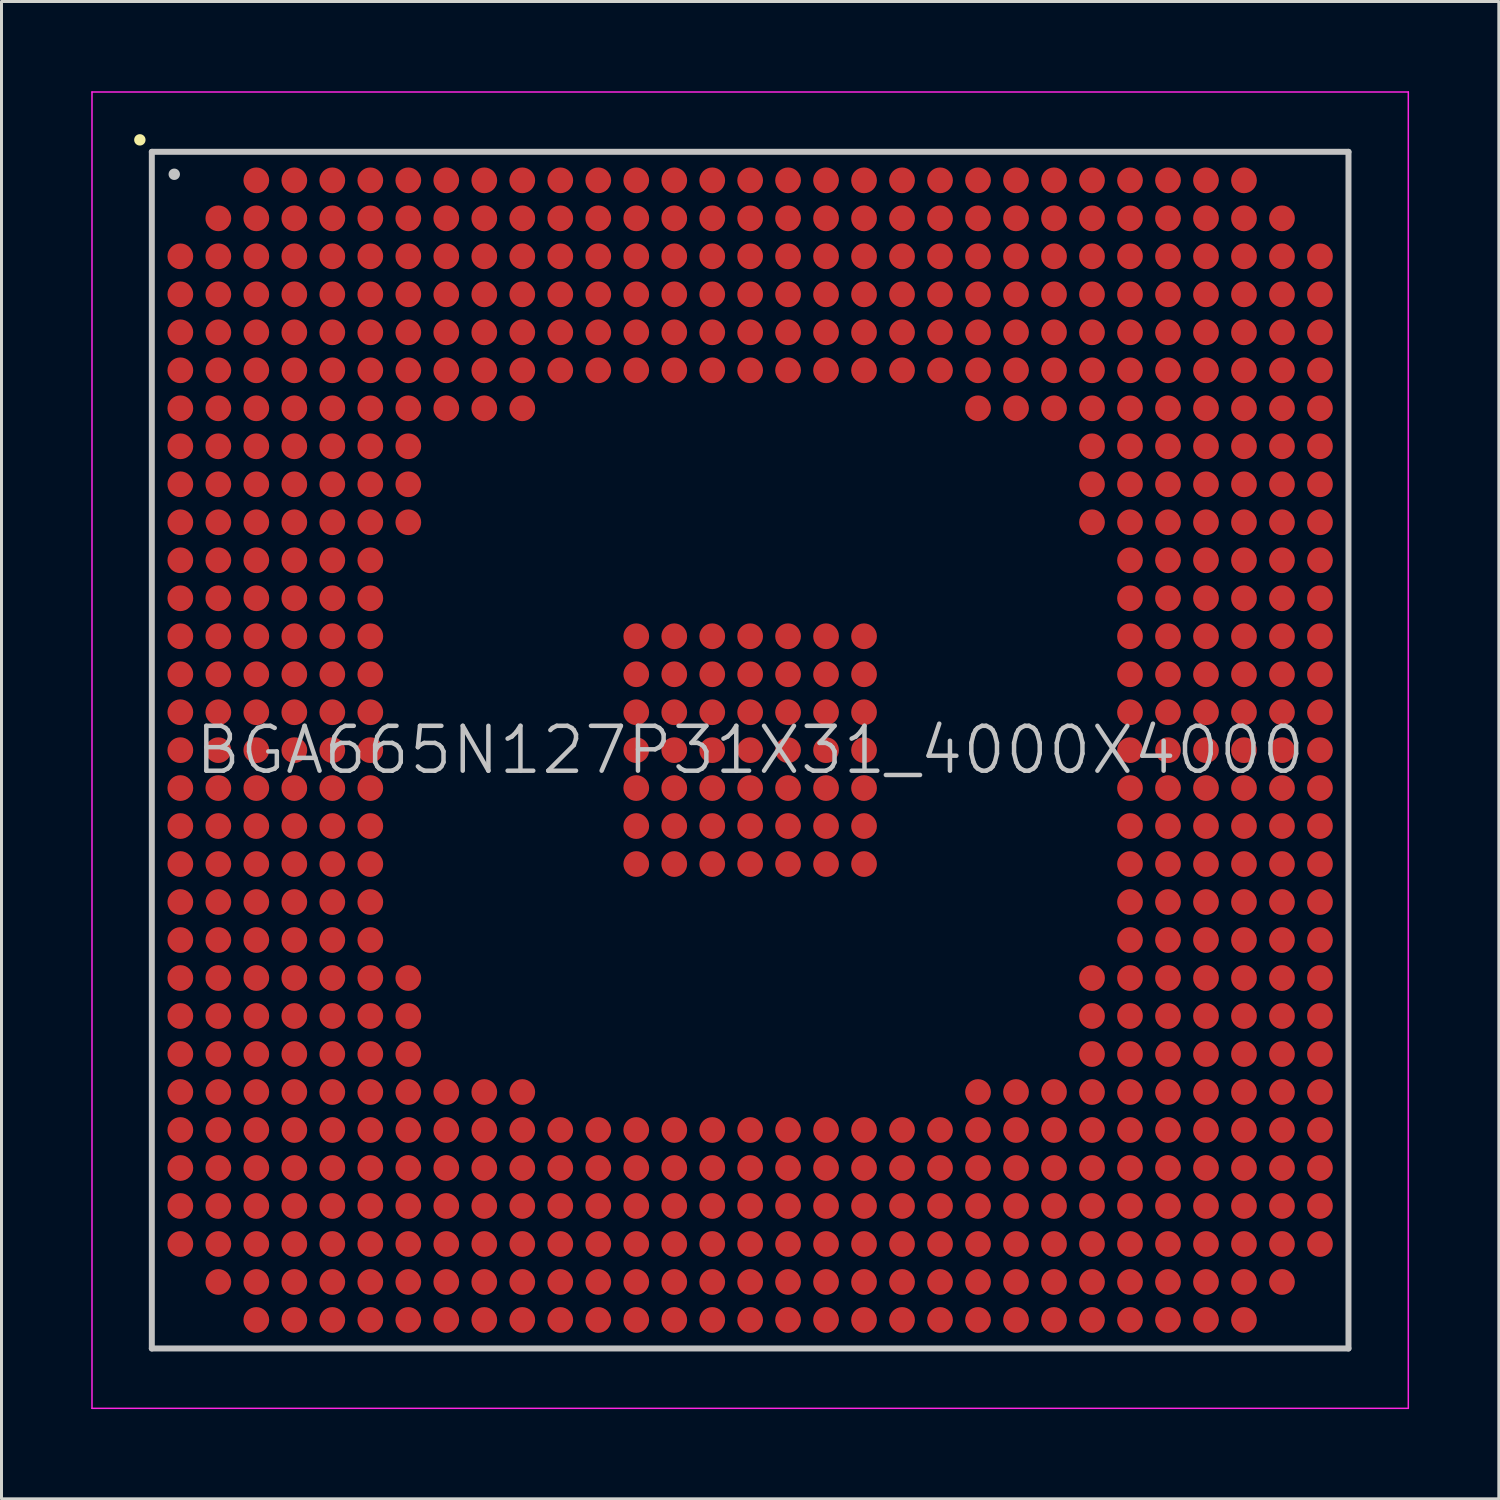
<source format=kicad_pcb>
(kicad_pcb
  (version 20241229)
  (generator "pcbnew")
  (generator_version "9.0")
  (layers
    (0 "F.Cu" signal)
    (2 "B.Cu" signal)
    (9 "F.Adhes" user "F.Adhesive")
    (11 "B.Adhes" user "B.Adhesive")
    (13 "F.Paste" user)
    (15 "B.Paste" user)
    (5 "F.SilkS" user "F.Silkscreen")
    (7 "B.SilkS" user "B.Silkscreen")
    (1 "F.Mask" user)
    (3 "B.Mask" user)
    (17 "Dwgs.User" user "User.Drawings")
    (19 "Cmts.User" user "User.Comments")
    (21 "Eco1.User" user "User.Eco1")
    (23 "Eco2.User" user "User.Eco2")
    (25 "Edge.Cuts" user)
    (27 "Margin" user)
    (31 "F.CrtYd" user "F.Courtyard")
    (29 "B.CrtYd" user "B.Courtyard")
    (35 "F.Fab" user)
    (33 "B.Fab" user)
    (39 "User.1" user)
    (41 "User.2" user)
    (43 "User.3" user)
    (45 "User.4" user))
  (footprint "BGA665N127P31X31_4000X4000"
    (layer "F.Cu")
    (at 22.025 22.025)
    (property "Reference" "BGA665N127P31X31_4000X4000" (at 0 0 0) (layer "Dwgs.User") (effects (font (size 1.5 1.5) (thickness 0.15))))
    (attr smd)
    (fp_line (start -20.4 -20.4) (end -20.4 -20.4) (stroke (width 0.381) (type solid)) (layer "F.SilkS"))
    (fp_line (start -20 -20) (end -20 20) (stroke (width 0.2) (type solid)) (layer "Dwgs.User"))
    (fp_line (start -20 -20) (end 20 -20) (stroke (width 0.2) (type solid)) (layer "Dwgs.User"))
    (fp_line (start -20 20) (end 20 20) (stroke (width 0.2) (type solid)) (layer "Dwgs.User"))
    (fp_line (start -19.25 -19.25) (end -19.25 -19.25) (stroke (width 0.381) (type solid)) (layer "Dwgs.User"))
    (fp_line (start 20 -20) (end 20 20) (stroke (width 0.2) (type solid)) (layer "Dwgs.User"))
    (fp_line (start -22 -22) (end -22 22) (stroke (width 0.05) (type solid)) (layer "F.CrtYd"))
    (fp_line (start -22 -22) (end 22 -22) (stroke (width 0.05) (type solid)) (layer "F.CrtYd"))
    (fp_line (start -22 22) (end 22 22) (stroke (width 0.05) (type solid)) (layer "F.CrtYd"))
    (fp_line (start 22 -22) (end 22 22) (stroke (width 0.05) (type solid)) (layer "F.CrtYd"))
    (pad "A3" smd circle (at -16.507 -19.047 270) (size 0.86 0.86) (layers "F.Cu" "F.Mask" "F.Paste"))
    (pad "A4" smd circle (at -15.237 -19.047 270) (size 0.86 0.86) (layers "F.Cu" "F.Mask" "F.Paste"))
    (pad "A5" smd circle (at -13.967 -19.047 270) (size 0.86 0.86) (layers "F.Cu" "F.Mask" "F.Paste"))
    (pad "A6" smd circle (at -12.697 -19.047 270) (size 0.86 0.86) (layers "F.Cu" "F.Mask" "F.Paste"))
    (pad "A7" smd circle (at -11.427 -19.047 270) (size 0.86 0.86) (layers "F.Cu" "F.Mask" "F.Paste"))
    (pad "A8" smd circle (at -10.157 -19.047 270) (size 0.86 0.86) (layers "F.Cu" "F.Mask" "F.Paste"))
    (pad "A9" smd circle (at -8.887 -19.047 270) (size 0.86 0.86) (layers "F.Cu" "F.Mask" "F.Paste"))
    (pad "A10" smd circle (at -7.617 -19.047 270) (size 0.86 0.86) (layers "F.Cu" "F.Mask" "F.Paste"))
    (pad "A11" smd circle (at -6.347 -19.047 270) (size 0.86 0.86) (layers "F.Cu" "F.Mask" "F.Paste"))
    (pad "A12" smd circle (at -5.077 -19.047 270) (size 0.86 0.86) (layers "F.Cu" "F.Mask" "F.Paste"))
    (pad "A13" smd circle (at -3.807 -19.047 270) (size 0.86 0.86) (layers "F.Cu" "F.Mask" "F.Paste"))
    (pad "A14" smd circle (at -2.537 -19.047 270) (size 0.86 0.86) (layers "F.Cu" "F.Mask" "F.Paste"))
    (pad "A15" smd circle (at -1.267 -19.047 270) (size 0.86 0.86) (layers "F.Cu" "F.Mask" "F.Paste"))
    (pad "A16" smd circle (at 0 -19.047 270) (size 0.86 0.86) (layers "F.Cu" "F.Mask" "F.Paste"))
    (pad "A17" smd circle (at 1.267 -19.047 270) (size 0.86 0.86) (layers "F.Cu" "F.Mask" "F.Paste"))
    (pad "A18" smd circle (at 2.537 -19.047 270) (size 0.86 0.86) (layers "F.Cu" "F.Mask" "F.Paste"))
    (pad "A19" smd circle (at 3.807 -19.047 270) (size 0.86 0.86) (layers "F.Cu" "F.Mask" "F.Paste"))
    (pad "A20" smd circle (at 5.077 -19.047 270) (size 0.86 0.86) (layers "F.Cu" "F.Mask" "F.Paste"))
    (pad "A21" smd circle (at 6.347 -19.047 270) (size 0.86 0.86) (layers "F.Cu" "F.Mask" "F.Paste"))
    (pad "A22" smd circle (at 7.617 -19.047 270) (size 0.86 0.86) (layers "F.Cu" "F.Mask" "F.Paste"))
    (pad "A23" smd circle (at 8.887 -19.047 270) (size 0.86 0.86) (layers "F.Cu" "F.Mask" "F.Paste"))
    (pad "A24" smd circle (at 10.157 -19.047 270) (size 0.86 0.86) (layers "F.Cu" "F.Mask" "F.Paste"))
    (pad "A25" smd circle (at 11.427 -19.047 270) (size 0.86 0.86) (layers "F.Cu" "F.Mask" "F.Paste"))
    (pad "A26" smd circle (at 12.697 -19.047 270) (size 0.86 0.86) (layers "F.Cu" "F.Mask" "F.Paste"))
    (pad "A27" smd circle (at 13.967 -19.047 270) (size 0.86 0.86) (layers "F.Cu" "F.Mask" "F.Paste"))
    (pad "A28" smd circle (at 15.237 -19.047 270) (size 0.86 0.86) (layers "F.Cu" "F.Mask" "F.Paste"))
    (pad "A29" smd circle (at 16.507 -19.047 270) (size 0.86 0.86) (layers "F.Cu" "F.Mask" "F.Paste"))
    (pad "AA1" smd circle (at -19.047 6.347 270) (size 0.86 0.86) (layers "F.Cu" "F.Mask" "F.Paste"))
    (pad "AA2" smd circle (at -17.777 6.347 270) (size 0.86 0.86) (layers "F.Cu" "F.Mask" "F.Paste"))
    (pad "AA3" smd circle (at -16.507 6.347 270) (size 0.86 0.86) (layers "F.Cu" "F.Mask" "F.Paste"))
    (pad "AA4" smd circle (at -15.237 6.347 270) (size 0.86 0.86) (layers "F.Cu" "F.Mask" "F.Paste"))
    (pad "AA5" smd circle (at -13.967 6.347 270) (size 0.86 0.86) (layers "F.Cu" "F.Mask" "F.Paste"))
    (pad "AA6" smd circle (at -12.697 6.347 270) (size 0.86 0.86) (layers "F.Cu" "F.Mask" "F.Paste"))
    (pad "AA26" smd circle (at 12.697 6.347 270) (size 0.86 0.86) (layers "F.Cu" "F.Mask" "F.Paste"))
    (pad "AA27" smd circle (at 13.967 6.347 270) (size 0.86 0.86) (layers "F.Cu" "F.Mask" "F.Paste"))
    (pad "AA28" smd circle (at 15.237 6.347 270) (size 0.86 0.86) (layers "F.Cu" "F.Mask" "F.Paste"))
    (pad "AA29" smd circle (at 16.507 6.347 270) (size 0.86 0.86) (layers "F.Cu" "F.Mask" "F.Paste"))
    (pad "AA30" smd circle (at 17.777 6.347 270) (size 0.86 0.86) (layers "F.Cu" "F.Mask" "F.Paste"))
    (pad "AA31" smd circle (at 19.047 6.347 270) (size 0.86 0.86) (layers "F.Cu" "F.Mask" "F.Paste"))
    (pad "AB1" smd circle (at -19.047 7.617 270) (size 0.86 0.86) (layers "F.Cu" "F.Mask" "F.Paste"))
    (pad "AB2" smd circle (at -17.777 7.617 270) (size 0.86 0.86) (layers "F.Cu" "F.Mask" "F.Paste"))
    (pad "AB3" smd circle (at -16.507 7.617 270) (size 0.86 0.86) (layers "F.Cu" "F.Mask" "F.Paste"))
    (pad "AB4" smd circle (at -15.237 7.617 270) (size 0.86 0.86) (layers "F.Cu" "F.Mask" "F.Paste"))
    (pad "AB5" smd circle (at -13.967 7.617 270) (size 0.86 0.86) (layers "F.Cu" "F.Mask" "F.Paste"))
    (pad "AB6" smd circle (at -12.697 7.617 270) (size 0.86 0.86) (layers "F.Cu" "F.Mask" "F.Paste"))
    (pad "AB7" smd circle (at -11.427 7.617 270) (size 0.86 0.86) (layers "F.Cu" "F.Mask" "F.Paste"))
    (pad "AB25" smd circle (at 11.427 7.617 270) (size 0.86 0.86) (layers "F.Cu" "F.Mask" "F.Paste"))
    (pad "AB26" smd circle (at 12.697 7.617 270) (size 0.86 0.86) (layers "F.Cu" "F.Mask" "F.Paste"))
    (pad "AB27" smd circle (at 13.967 7.617 270) (size 0.86 0.86) (layers "F.Cu" "F.Mask" "F.Paste"))
    (pad "AB28" smd circle (at 15.237 7.617 270) (size 0.86 0.86) (layers "F.Cu" "F.Mask" "F.Paste"))
    (pad "AB29" smd circle (at 16.507 7.617 270) (size 0.86 0.86) (layers "F.Cu" "F.Mask" "F.Paste"))
    (pad "AB30" smd circle (at 17.777 7.617 270) (size 0.86 0.86) (layers "F.Cu" "F.Mask" "F.Paste"))
    (pad "AB31" smd circle (at 19.047 7.617 270) (size 0.86 0.86) (layers "F.Cu" "F.Mask" "F.Paste"))
    (pad "AC1" smd circle (at -19.047 8.887 270) (size 0.86 0.86) (layers "F.Cu" "F.Mask" "F.Paste"))
    (pad "AC2" smd circle (at -17.777 8.887 270) (size 0.86 0.86) (layers "F.Cu" "F.Mask" "F.Paste"))
    (pad "AC3" smd circle (at -16.507 8.887 270) (size 0.86 0.86) (layers "F.Cu" "F.Mask" "F.Paste"))
    (pad "AC4" smd circle (at -15.237 8.887 270) (size 0.86 0.86) (layers "F.Cu" "F.Mask" "F.Paste"))
    (pad "AC5" smd circle (at -13.967 8.887 270) (size 0.86 0.86) (layers "F.Cu" "F.Mask" "F.Paste"))
    (pad "AC6" smd circle (at -12.697 8.887 270) (size 0.86 0.86) (layers "F.Cu" "F.Mask" "F.Paste"))
    (pad "AC7" smd circle (at -11.427 8.887 270) (size 0.86 0.86) (layers "F.Cu" "F.Mask" "F.Paste"))
    (pad "AC25" smd circle (at 11.427 8.887 270) (size 0.86 0.86) (layers "F.Cu" "F.Mask" "F.Paste"))
    (pad "AC26" smd circle (at 12.697 8.887 270) (size 0.86 0.86) (layers "F.Cu" "F.Mask" "F.Paste"))
    (pad "AC27" smd circle (at 13.967 8.887 270) (size 0.86 0.86) (layers "F.Cu" "F.Mask" "F.Paste"))
    (pad "AC28" smd circle (at 15.237 8.887 270) (size 0.86 0.86) (layers "F.Cu" "F.Mask" "F.Paste"))
    (pad "AC29" smd circle (at 16.507 8.887 270) (size 0.86 0.86) (layers "F.Cu" "F.Mask" "F.Paste"))
    (pad "AC30" smd circle (at 17.777 8.887 270) (size 0.86 0.86) (layers "F.Cu" "F.Mask" "F.Paste"))
    (pad "AC31" smd circle (at 19.047 8.887 270) (size 0.86 0.86) (layers "F.Cu" "F.Mask" "F.Paste"))
    (pad "AD1" smd circle (at -19.047 10.157 270) (size 0.86 0.86) (layers "F.Cu" "F.Mask" "F.Paste"))
    (pad "AD2" smd circle (at -17.777 10.157 270) (size 0.86 0.86) (layers "F.Cu" "F.Mask" "F.Paste"))
    (pad "AD3" smd circle (at -16.507 10.157 270) (size 0.86 0.86) (layers "F.Cu" "F.Mask" "F.Paste"))
    (pad "AD4" smd circle (at -15.237 10.157 270) (size 0.86 0.86) (layers "F.Cu" "F.Mask" "F.Paste"))
    (pad "AD5" smd circle (at -13.967 10.157 270) (size 0.86 0.86) (layers "F.Cu" "F.Mask" "F.Paste"))
    (pad "AD6" smd circle (at -12.697 10.157 270) (size 0.86 0.86) (layers "F.Cu" "F.Mask" "F.Paste"))
    (pad "AD7" smd circle (at -11.427 10.157 270) (size 0.86 0.86) (layers "F.Cu" "F.Mask" "F.Paste"))
    (pad "AD25" smd circle (at 11.427 10.157 270) (size 0.86 0.86) (layers "F.Cu" "F.Mask" "F.Paste"))
    (pad "AD26" smd circle (at 12.697 10.157 270) (size 0.86 0.86) (layers "F.Cu" "F.Mask" "F.Paste"))
    (pad "AD27" smd circle (at 13.967 10.157 270) (size 0.86 0.86) (layers "F.Cu" "F.Mask" "F.Paste"))
    (pad "AD28" smd circle (at 15.237 10.157 270) (size 0.86 0.86) (layers "F.Cu" "F.Mask" "F.Paste"))
    (pad "AD29" smd circle (at 16.507 10.157 270) (size 0.86 0.86) (layers "F.Cu" "F.Mask" "F.Paste"))
    (pad "AD30" smd circle (at 17.777 10.157 270) (size 0.86 0.86) (layers "F.Cu" "F.Mask" "F.Paste"))
    (pad "AD31" smd circle (at 19.047 10.157 270) (size 0.86 0.86) (layers "F.Cu" "F.Mask" "F.Paste"))
    (pad "AE1" smd circle (at -19.047 11.427 270) (size 0.86 0.86) (layers "F.Cu" "F.Mask" "F.Paste"))
    (pad "AE2" smd circle (at -17.777 11.427 270) (size 0.86 0.86) (layers "F.Cu" "F.Mask" "F.Paste"))
    (pad "AE3" smd circle (at -16.507 11.427 270) (size 0.86 0.86) (layers "F.Cu" "F.Mask" "F.Paste"))
    (pad "AE4" smd circle (at -15.237 11.427 270) (size 0.86 0.86) (layers "F.Cu" "F.Mask" "F.Paste"))
    (pad "AE5" smd circle (at -13.967 11.427 270) (size 0.86 0.86) (layers "F.Cu" "F.Mask" "F.Paste"))
    (pad "AE6" smd circle (at -12.697 11.427 270) (size 0.86 0.86) (layers "F.Cu" "F.Mask" "F.Paste"))
    (pad "AE7" smd circle (at -11.427 11.427 270) (size 0.86 0.86) (layers "F.Cu" "F.Mask" "F.Paste"))
    (pad "AE8" smd circle (at -10.157 11.427 270) (size 0.86 0.86) (layers "F.Cu" "F.Mask" "F.Paste"))
    (pad "AE9" smd circle (at -8.887 11.427 270) (size 0.86 0.86) (layers "F.Cu" "F.Mask" "F.Paste"))
    (pad "AE10" smd circle (at -7.617 11.427 270) (size 0.86 0.86) (layers "F.Cu" "F.Mask" "F.Paste"))
    (pad "AE22" smd circle (at 7.617 11.427 270) (size 0.86 0.86) (layers "F.Cu" "F.Mask" "F.Paste"))
    (pad "AE23" smd circle (at 8.887 11.427 270) (size 0.86 0.86) (layers "F.Cu" "F.Mask" "F.Paste"))
    (pad "AE24" smd circle (at 10.157 11.427 270) (size 0.86 0.86) (layers "F.Cu" "F.Mask" "F.Paste"))
    (pad "AE25" smd circle (at 11.427 11.427 270) (size 0.86 0.86) (layers "F.Cu" "F.Mask" "F.Paste"))
    (pad "AE26" smd circle (at 12.697 11.427 270) (size 0.86 0.86) (layers "F.Cu" "F.Mask" "F.Paste"))
    (pad "AE27" smd circle (at 13.967 11.427 270) (size 0.86 0.86) (layers "F.Cu" "F.Mask" "F.Paste"))
    (pad "AE28" smd circle (at 15.237 11.427 270) (size 0.86 0.86) (layers "F.Cu" "F.Mask" "F.Paste"))
    (pad "AE29" smd circle (at 16.507 11.427 270) (size 0.86 0.86) (layers "F.Cu" "F.Mask" "F.Paste"))
    (pad "AE30" smd circle (at 17.777 11.427 270) (size 0.86 0.86) (layers "F.Cu" "F.Mask" "F.Paste"))
    (pad "AE31" smd circle (at 19.047 11.427 270) (size 0.86 0.86) (layers "F.Cu" "F.Mask" "F.Paste"))
    (pad "AF1" smd circle (at -19.047 12.697 270) (size 0.86 0.86) (layers "F.Cu" "F.Mask" "F.Paste"))
    (pad "AF2" smd circle (at -17.777 12.697 270) (size 0.86 0.86) (layers "F.Cu" "F.Mask" "F.Paste"))
    (pad "AF3" smd circle (at -16.507 12.697 270) (size 0.86 0.86) (layers "F.Cu" "F.Mask" "F.Paste"))
    (pad "AF4" smd circle (at -15.237 12.697 270) (size 0.86 0.86) (layers "F.Cu" "F.Mask" "F.Paste"))
    (pad "AF5" smd circle (at -13.967 12.697 270) (size 0.86 0.86) (layers "F.Cu" "F.Mask" "F.Paste"))
    (pad "AF6" smd circle (at -12.697 12.697 270) (size 0.86 0.86) (layers "F.Cu" "F.Mask" "F.Paste"))
    (pad "AF7" smd circle (at -11.427 12.697 270) (size 0.86 0.86) (layers "F.Cu" "F.Mask" "F.Paste"))
    (pad "AF8" smd circle (at -10.157 12.697 270) (size 0.86 0.86) (layers "F.Cu" "F.Mask" "F.Paste"))
    (pad "AF9" smd circle (at -8.887 12.697 270) (size 0.86 0.86) (layers "F.Cu" "F.Mask" "F.Paste"))
    (pad "AF10" smd circle (at -7.617 12.697 270) (size 0.86 0.86) (layers "F.Cu" "F.Mask" "F.Paste"))
    (pad "AF11" smd circle (at -6.347 12.697 270) (size 0.86 0.86) (layers "F.Cu" "F.Mask" "F.Paste"))
    (pad "AF12" smd circle (at -5.077 12.697 270) (size 0.86 0.86) (layers "F.Cu" "F.Mask" "F.Paste"))
    (pad "AF13" smd circle (at -3.807 12.697 270) (size 0.86 0.86) (layers "F.Cu" "F.Mask" "F.Paste"))
    (pad "AF14" smd circle (at -2.537 12.697 270) (size 0.86 0.86) (layers "F.Cu" "F.Mask" "F.Paste"))
    (pad "AF15" smd circle (at -1.267 12.697 270) (size 0.86 0.86) (layers "F.Cu" "F.Mask" "F.Paste"))
    (pad "AF16" smd circle (at 0 12.697 270) (size 0.86 0.86) (layers "F.Cu" "F.Mask" "F.Paste"))
    (pad "AF17" smd circle (at 1.267 12.697 270) (size 0.86 0.86) (layers "F.Cu" "F.Mask" "F.Paste"))
    (pad "AF18" smd circle (at 2.537 12.697 270) (size 0.86 0.86) (layers "F.Cu" "F.Mask" "F.Paste"))
    (pad "AF19" smd circle (at 3.807 12.697 270) (size 0.86 0.86) (layers "F.Cu" "F.Mask" "F.Paste"))
    (pad "AF20" smd circle (at 5.077 12.697 270) (size 0.86 0.86) (layers "F.Cu" "F.Mask" "F.Paste"))
    (pad "AF21" smd circle (at 6.347 12.697 270) (size 0.86 0.86) (layers "F.Cu" "F.Mask" "F.Paste"))
    (pad "AF22" smd circle (at 7.617 12.697 270) (size 0.86 0.86) (layers "F.Cu" "F.Mask" "F.Paste"))
    (pad "AF23" smd circle (at 8.887 12.697 270) (size 0.86 0.86) (layers "F.Cu" "F.Mask" "F.Paste"))
    (pad "AF24" smd circle (at 10.157 12.697 270) (size 0.86 0.86) (layers "F.Cu" "F.Mask" "F.Paste"))
    (pad "AF25" smd circle (at 11.427 12.697 270) (size 0.86 0.86) (layers "F.Cu" "F.Mask" "F.Paste"))
    (pad "AF26" smd circle (at 12.697 12.697 270) (size 0.86 0.86) (layers "F.Cu" "F.Mask" "F.Paste"))
    (pad "AF27" smd circle (at 13.967 12.697 270) (size 0.86 0.86) (layers "F.Cu" "F.Mask" "F.Paste"))
    (pad "AF28" smd circle (at 15.237 12.697 270) (size 0.86 0.86) (layers "F.Cu" "F.Mask" "F.Paste"))
    (pad "AF29" smd circle (at 16.507 12.697 270) (size 0.86 0.86) (layers "F.Cu" "F.Mask" "F.Paste"))
    (pad "AF30" smd circle (at 17.777 12.697 270) (size 0.86 0.86) (layers "F.Cu" "F.Mask" "F.Paste"))
    (pad "AF31" smd circle (at 19.047 12.697 270) (size 0.86 0.86) (layers "F.Cu" "F.Mask" "F.Paste"))
    (pad "AG1" smd circle (at -19.047 13.967 270) (size 0.86 0.86) (layers "F.Cu" "F.Mask" "F.Paste"))
    (pad "AG2" smd circle (at -17.777 13.967 270) (size 0.86 0.86) (layers "F.Cu" "F.Mask" "F.Paste"))
    (pad "AG3" smd circle (at -16.507 13.967 270) (size 0.86 0.86) (layers "F.Cu" "F.Mask" "F.Paste"))
    (pad "AG4" smd circle (at -15.237 13.967 270) (size 0.86 0.86) (layers "F.Cu" "F.Mask" "F.Paste"))
    (pad "AG5" smd circle (at -13.967 13.967 270) (size 0.86 0.86) (layers "F.Cu" "F.Mask" "F.Paste"))
    (pad "AG6" smd circle (at -12.697 13.967 270) (size 0.86 0.86) (layers "F.Cu" "F.Mask" "F.Paste"))
    (pad "AG7" smd circle (at -11.427 13.967 270) (size 0.86 0.86) (layers "F.Cu" "F.Mask" "F.Paste"))
    (pad "AG8" smd circle (at -10.157 13.967 270) (size 0.86 0.86) (layers "F.Cu" "F.Mask" "F.Paste"))
    (pad "AG9" smd circle (at -8.887 13.967 270) (size 0.86 0.86) (layers "F.Cu" "F.Mask" "F.Paste"))
    (pad "AG10" smd circle (at -7.617 13.967 270) (size 0.86 0.86) (layers "F.Cu" "F.Mask" "F.Paste"))
    (pad "AG11" smd circle (at -6.347 13.967 270) (size 0.86 0.86) (layers "F.Cu" "F.Mask" "F.Paste"))
    (pad "AG12" smd circle (at -5.077 13.967 270) (size 0.86 0.86) (layers "F.Cu" "F.Mask" "F.Paste"))
    (pad "AG13" smd circle (at -3.807 13.967 270) (size 0.86 0.86) (layers "F.Cu" "F.Mask" "F.Paste"))
    (pad "AG14" smd circle (at -2.537 13.967 270) (size 0.86 0.86) (layers "F.Cu" "F.Mask" "F.Paste"))
    (pad "AG15" smd circle (at -1.267 13.967 270) (size 0.86 0.86) (layers "F.Cu" "F.Mask" "F.Paste"))
    (pad "AG16" smd circle (at 0 13.967 270) (size 0.86 0.86) (layers "F.Cu" "F.Mask" "F.Paste"))
    (pad "AG17" smd circle (at 1.267 13.967 270) (size 0.86 0.86) (layers "F.Cu" "F.Mask" "F.Paste"))
    (pad "AG18" smd circle (at 2.537 13.967 270) (size 0.86 0.86) (layers "F.Cu" "F.Mask" "F.Paste"))
    (pad "AG19" smd circle (at 3.807 13.967 270) (size 0.86 0.86) (layers "F.Cu" "F.Mask" "F.Paste"))
    (pad "AG20" smd circle (at 5.077 13.967 270) (size 0.86 0.86) (layers "F.Cu" "F.Mask" "F.Paste"))
    (pad "AG21" smd circle (at 6.347 13.967 270) (size 0.86 0.86) (layers "F.Cu" "F.Mask" "F.Paste"))
    (pad "AG22" smd circle (at 7.617 13.967 270) (size 0.86 0.86) (layers "F.Cu" "F.Mask" "F.Paste"))
    (pad "AG23" smd circle (at 8.887 13.967 270) (size 0.86 0.86) (layers "F.Cu" "F.Mask" "F.Paste"))
    (pad "AG24" smd circle (at 10.157 13.967 270) (size 0.86 0.86) (layers "F.Cu" "F.Mask" "F.Paste"))
    (pad "AG25" smd circle (at 11.427 13.967 270) (size 0.86 0.86) (layers "F.Cu" "F.Mask" "F.Paste"))
    (pad "AG26" smd circle (at 12.697 13.967 270) (size 0.86 0.86) (layers "F.Cu" "F.Mask" "F.Paste"))
    (pad "AG27" smd circle (at 13.967 13.967 270) (size 0.86 0.86) (layers "F.Cu" "F.Mask" "F.Paste"))
    (pad "AG28" smd circle (at 15.237 13.967 270) (size 0.86 0.86) (layers "F.Cu" "F.Mask" "F.Paste"))
    (pad "AG29" smd circle (at 16.507 13.967 270) (size 0.86 0.86) (layers "F.Cu" "F.Mask" "F.Paste"))
    (pad "AG30" smd circle (at 17.777 13.967 270) (size 0.86 0.86) (layers "F.Cu" "F.Mask" "F.Paste"))
    (pad "AG31" smd circle (at 19.047 13.967 270) (size 0.86 0.86) (layers "F.Cu" "F.Mask" "F.Paste"))
    (pad "AH1" smd circle (at -19.047 15.237 270) (size 0.86 0.86) (layers "F.Cu" "F.Mask" "F.Paste"))
    (pad "AH2" smd circle (at -17.777 15.237 270) (size 0.86 0.86) (layers "F.Cu" "F.Mask" "F.Paste"))
    (pad "AH3" smd circle (at -16.507 15.237 270) (size 0.86 0.86) (layers "F.Cu" "F.Mask" "F.Paste"))
    (pad "AH4" smd circle (at -15.237 15.237 270) (size 0.86 0.86) (layers "F.Cu" "F.Mask" "F.Paste"))
    (pad "AH5" smd circle (at -13.967 15.237 270) (size 0.86 0.86) (layers "F.Cu" "F.Mask" "F.Paste"))
    (pad "AH6" smd circle (at -12.697 15.237 270) (size 0.86 0.86) (layers "F.Cu" "F.Mask" "F.Paste"))
    (pad "AH7" smd circle (at -11.427 15.237 270) (size 0.86 0.86) (layers "F.Cu" "F.Mask" "F.Paste"))
    (pad "AH8" smd circle (at -10.157 15.237 270) (size 0.86 0.86) (layers "F.Cu" "F.Mask" "F.Paste"))
    (pad "AH9" smd circle (at -8.887 15.237 270) (size 0.86 0.86) (layers "F.Cu" "F.Mask" "F.Paste"))
    (pad "AH10" smd circle (at -7.617 15.237 270) (size 0.86 0.86) (layers "F.Cu" "F.Mask" "F.Paste"))
    (pad "AH11" smd circle (at -6.347 15.237 270) (size 0.86 0.86) (layers "F.Cu" "F.Mask" "F.Paste"))
    (pad "AH12" smd circle (at -5.077 15.237 270) (size 0.86 0.86) (layers "F.Cu" "F.Mask" "F.Paste"))
    (pad "AH13" smd circle (at -3.807 15.237 270) (size 0.86 0.86) (layers "F.Cu" "F.Mask" "F.Paste"))
    (pad "AH14" smd circle (at -2.537 15.237 270) (size 0.86 0.86) (layers "F.Cu" "F.Mask" "F.Paste"))
    (pad "AH15" smd circle (at -1.267 15.237 270) (size 0.86 0.86) (layers "F.Cu" "F.Mask" "F.Paste"))
    (pad "AH16" smd circle (at 0 15.237 270) (size 0.86 0.86) (layers "F.Cu" "F.Mask" "F.Paste"))
    (pad "AH17" smd circle (at 1.267 15.237 270) (size 0.86 0.86) (layers "F.Cu" "F.Mask" "F.Paste"))
    (pad "AH18" smd circle (at 2.537 15.237 270) (size 0.86 0.86) (layers "F.Cu" "F.Mask" "F.Paste"))
    (pad "AH19" smd circle (at 3.807 15.237 270) (size 0.86 0.86) (layers "F.Cu" "F.Mask" "F.Paste"))
    (pad "AH20" smd circle (at 5.077 15.237 270) (size 0.86 0.86) (layers "F.Cu" "F.Mask" "F.Paste"))
    (pad "AH21" smd circle (at 6.347 15.237 270) (size 0.86 0.86) (layers "F.Cu" "F.Mask" "F.Paste"))
    (pad "AH22" smd circle (at 7.617 15.237 270) (size 0.86 0.86) (layers "F.Cu" "F.Mask" "F.Paste"))
    (pad "AH23" smd circle (at 8.887 15.237 270) (size 0.86 0.86) (layers "F.Cu" "F.Mask" "F.Paste"))
    (pad "AH24" smd circle (at 10.157 15.237 270) (size 0.86 0.86) (layers "F.Cu" "F.Mask" "F.Paste"))
    (pad "AH25" smd circle (at 11.427 15.237 270) (size 0.86 0.86) (layers "F.Cu" "F.Mask" "F.Paste"))
    (pad "AH26" smd circle (at 12.697 15.237 270) (size 0.86 0.86) (layers "F.Cu" "F.Mask" "F.Paste"))
    (pad "AH27" smd circle (at 13.967 15.237 270) (size 0.86 0.86) (layers "F.Cu" "F.Mask" "F.Paste"))
    (pad "AH28" smd circle (at 15.237 15.237 270) (size 0.86 0.86) (layers "F.Cu" "F.Mask" "F.Paste"))
    (pad "AH29" smd circle (at 16.507 15.237 270) (size 0.86 0.86) (layers "F.Cu" "F.Mask" "F.Paste"))
    (pad "AH30" smd circle (at 17.777 15.237 270) (size 0.86 0.86) (layers "F.Cu" "F.Mask" "F.Paste"))
    (pad "AH31" smd circle (at 19.047 15.237 270) (size 0.86 0.86) (layers "F.Cu" "F.Mask" "F.Paste"))
    (pad "AJ1" smd circle (at -19.047 16.507 270) (size 0.86 0.86) (layers "F.Cu" "F.Mask" "F.Paste"))
    (pad "AJ2" smd circle (at -17.777 16.507 270) (size 0.86 0.86) (layers "F.Cu" "F.Mask" "F.Paste"))
    (pad "AJ3" smd circle (at -16.507 16.507 270) (size 0.86 0.86) (layers "F.Cu" "F.Mask" "F.Paste"))
    (pad "AJ4" smd circle (at -15.237 16.507 270) (size 0.86 0.86) (layers "F.Cu" "F.Mask" "F.Paste"))
    (pad "AJ5" smd circle (at -13.967 16.507 270) (size 0.86 0.86) (layers "F.Cu" "F.Mask" "F.Paste"))
    (pad "AJ6" smd circle (at -12.697 16.507 270) (size 0.86 0.86) (layers "F.Cu" "F.Mask" "F.Paste"))
    (pad "AJ7" smd circle (at -11.427 16.507 270) (size 0.86 0.86) (layers "F.Cu" "F.Mask" "F.Paste"))
    (pad "AJ8" smd circle (at -10.157 16.507 270) (size 0.86 0.86) (layers "F.Cu" "F.Mask" "F.Paste"))
    (pad "AJ9" smd circle (at -8.887 16.507 270) (size 0.86 0.86) (layers "F.Cu" "F.Mask" "F.Paste"))
    (pad "AJ10" smd circle (at -7.617 16.507 270) (size 0.86 0.86) (layers "F.Cu" "F.Mask" "F.Paste"))
    (pad "AJ11" smd circle (at -6.347 16.507 270) (size 0.86 0.86) (layers "F.Cu" "F.Mask" "F.Paste"))
    (pad "AJ12" smd circle (at -5.077 16.507 270) (size 0.86 0.86) (layers "F.Cu" "F.Mask" "F.Paste"))
    (pad "AJ13" smd circle (at -3.807 16.507 270) (size 0.86 0.86) (layers "F.Cu" "F.Mask" "F.Paste"))
    (pad "AJ14" smd circle (at -2.537 16.507 270) (size 0.86 0.86) (layers "F.Cu" "F.Mask" "F.Paste"))
    (pad "AJ15" smd circle (at -1.267 16.507 270) (size 0.86 0.86) (layers "F.Cu" "F.Mask" "F.Paste"))
    (pad "AJ16" smd circle (at 0 16.507 270) (size 0.86 0.86) (layers "F.Cu" "F.Mask" "F.Paste"))
    (pad "AJ17" smd circle (at 1.267 16.507 270) (size 0.86 0.86) (layers "F.Cu" "F.Mask" "F.Paste"))
    (pad "AJ18" smd circle (at 2.537 16.507 270) (size 0.86 0.86) (layers "F.Cu" "F.Mask" "F.Paste"))
    (pad "AJ19" smd circle (at 3.807 16.507 270) (size 0.86 0.86) (layers "F.Cu" "F.Mask" "F.Paste"))
    (pad "AJ20" smd circle (at 5.077 16.507 270) (size 0.86 0.86) (layers "F.Cu" "F.Mask" "F.Paste"))
    (pad "AJ21" smd circle (at 6.347 16.507 270) (size 0.86 0.86) (layers "F.Cu" "F.Mask" "F.Paste"))
    (pad "AJ22" smd circle (at 7.617 16.507 270) (size 0.86 0.86) (layers "F.Cu" "F.Mask" "F.Paste"))
    (pad "AJ23" smd circle (at 8.887 16.507 270) (size 0.86 0.86) (layers "F.Cu" "F.Mask" "F.Paste"))
    (pad "AJ24" smd circle (at 10.157 16.507 270) (size 0.86 0.86) (layers "F.Cu" "F.Mask" "F.Paste"))
    (pad "AJ25" smd circle (at 11.427 16.507 270) (size 0.86 0.86) (layers "F.Cu" "F.Mask" "F.Paste"))
    (pad "AJ26" smd circle (at 12.697 16.507 270) (size 0.86 0.86) (layers "F.Cu" "F.Mask" "F.Paste"))
    (pad "AJ27" smd circle (at 13.967 16.507 270) (size 0.86 0.86) (layers "F.Cu" "F.Mask" "F.Paste"))
    (pad "AJ28" smd circle (at 15.237 16.507 270) (size 0.86 0.86) (layers "F.Cu" "F.Mask" "F.Paste"))
    (pad "AJ29" smd circle (at 16.507 16.507 270) (size 0.86 0.86) (layers "F.Cu" "F.Mask" "F.Paste"))
    (pad "AJ30" smd circle (at 17.777 16.507 270) (size 0.86 0.86) (layers "F.Cu" "F.Mask" "F.Paste"))
    (pad "AJ31" smd circle (at 19.047 16.507 270) (size 0.86 0.86) (layers "F.Cu" "F.Mask" "F.Paste"))
    (pad "AK2" smd circle (at -17.777 17.777 270) (size 0.86 0.86) (layers "F.Cu" "F.Mask" "F.Paste"))
    (pad "AK3" smd circle (at -16.507 17.777 270) (size 0.86 0.86) (layers "F.Cu" "F.Mask" "F.Paste"))
    (pad "AK4" smd circle (at -15.237 17.777 270) (size 0.86 0.86) (layers "F.Cu" "F.Mask" "F.Paste"))
    (pad "AK5" smd circle (at -13.967 17.777 270) (size 0.86 0.86) (layers "F.Cu" "F.Mask" "F.Paste"))
    (pad "AK6" smd circle (at -12.697 17.777 270) (size 0.86 0.86) (layers "F.Cu" "F.Mask" "F.Paste"))
    (pad "AK7" smd circle (at -11.427 17.777 270) (size 0.86 0.86) (layers "F.Cu" "F.Mask" "F.Paste"))
    (pad "AK8" smd circle (at -10.157 17.777 270) (size 0.86 0.86) (layers "F.Cu" "F.Mask" "F.Paste"))
    (pad "AK9" smd circle (at -8.887 17.777 270) (size 0.86 0.86) (layers "F.Cu" "F.Mask" "F.Paste"))
    (pad "AK10" smd circle (at -7.617 17.777 270) (size 0.86 0.86) (layers "F.Cu" "F.Mask" "F.Paste"))
    (pad "AK11" smd circle (at -6.347 17.777 270) (size 0.86 0.86) (layers "F.Cu" "F.Mask" "F.Paste"))
    (pad "AK12" smd circle (at -5.077 17.777 270) (size 0.86 0.86) (layers "F.Cu" "F.Mask" "F.Paste"))
    (pad "AK13" smd circle (at -3.807 17.777 270) (size 0.86 0.86) (layers "F.Cu" "F.Mask" "F.Paste"))
    (pad "AK14" smd circle (at -2.537 17.777 270) (size 0.86 0.86) (layers "F.Cu" "F.Mask" "F.Paste"))
    (pad "AK15" smd circle (at -1.267 17.777 270) (size 0.86 0.86) (layers "F.Cu" "F.Mask" "F.Paste"))
    (pad "AK16" smd circle (at 0 17.777 270) (size 0.86 0.86) (layers "F.Cu" "F.Mask" "F.Paste"))
    (pad "AK17" smd circle (at 1.267 17.777 270) (size 0.86 0.86) (layers "F.Cu" "F.Mask" "F.Paste"))
    (pad "AK18" smd circle (at 2.537 17.777 270) (size 0.86 0.86) (layers "F.Cu" "F.Mask" "F.Paste"))
    (pad "AK19" smd circle (at 3.807 17.777 270) (size 0.86 0.86) (layers "F.Cu" "F.Mask" "F.Paste"))
    (pad "AK20" smd circle (at 5.077 17.777 270) (size 0.86 0.86) (layers "F.Cu" "F.Mask" "F.Paste"))
    (pad "AK21" smd circle (at 6.347 17.777 270) (size 0.86 0.86) (layers "F.Cu" "F.Mask" "F.Paste"))
    (pad "AK22" smd circle (at 7.617 17.777 270) (size 0.86 0.86) (layers "F.Cu" "F.Mask" "F.Paste"))
    (pad "AK23" smd circle (at 8.887 17.777 270) (size 0.86 0.86) (layers "F.Cu" "F.Mask" "F.Paste"))
    (pad "AK24" smd circle (at 10.157 17.777 270) (size 0.86 0.86) (layers "F.Cu" "F.Mask" "F.Paste"))
    (pad "AK25" smd circle (at 11.427 17.777 270) (size 0.86 0.86) (layers "F.Cu" "F.Mask" "F.Paste"))
    (pad "AK26" smd circle (at 12.697 17.777 270) (size 0.86 0.86) (layers "F.Cu" "F.Mask" "F.Paste"))
    (pad "AK27" smd circle (at 13.967 17.777 270) (size 0.86 0.86) (layers "F.Cu" "F.Mask" "F.Paste"))
    (pad "AK28" smd circle (at 15.237 17.777 270) (size 0.86 0.86) (layers "F.Cu" "F.Mask" "F.Paste"))
    (pad "AK29" smd circle (at 16.507 17.777 270) (size 0.86 0.86) (layers "F.Cu" "F.Mask" "F.Paste"))
    (pad "AK30" smd circle (at 17.777 17.777 270) (size 0.86 0.86) (layers "F.Cu" "F.Mask" "F.Paste"))
    (pad "AL3" smd circle (at -16.507 19.047 270) (size 0.86 0.86) (layers "F.Cu" "F.Mask" "F.Paste"))
    (pad "AL4" smd circle (at -15.237 19.047 270) (size 0.86 0.86) (layers "F.Cu" "F.Mask" "F.Paste"))
    (pad "AL5" smd circle (at -13.967 19.047 270) (size 0.86 0.86) (layers "F.Cu" "F.Mask" "F.Paste"))
    (pad "AL6" smd circle (at -12.697 19.047 270) (size 0.86 0.86) (layers "F.Cu" "F.Mask" "F.Paste"))
    (pad "AL7" smd circle (at -11.427 19.047 270) (size 0.86 0.86) (layers "F.Cu" "F.Mask" "F.Paste"))
    (pad "AL8" smd circle (at -10.157 19.047 270) (size 0.86 0.86) (layers "F.Cu" "F.Mask" "F.Paste"))
    (pad "AL9" smd circle (at -8.887 19.047 270) (size 0.86 0.86) (layers "F.Cu" "F.Mask" "F.Paste"))
    (pad "AL10" smd circle (at -7.617 19.047 270) (size 0.86 0.86) (layers "F.Cu" "F.Mask" "F.Paste"))
    (pad "AL11" smd circle (at -6.347 19.047 270) (size 0.86 0.86) (layers "F.Cu" "F.Mask" "F.Paste"))
    (pad "AL12" smd circle (at -5.077 19.047 270) (size 0.86 0.86) (layers "F.Cu" "F.Mask" "F.Paste"))
    (pad "AL13" smd circle (at -3.807 19.047 270) (size 0.86 0.86) (layers "F.Cu" "F.Mask" "F.Paste"))
    (pad "AL14" smd circle (at -2.537 19.047 270) (size 0.86 0.86) (layers "F.Cu" "F.Mask" "F.Paste"))
    (pad "AL15" smd circle (at -1.267 19.047 270) (size 0.86 0.86) (layers "F.Cu" "F.Mask" "F.Paste"))
    (pad "AL16" smd circle (at 0 19.047 270) (size 0.86 0.86) (layers "F.Cu" "F.Mask" "F.Paste"))
    (pad "AL17" smd circle (at 1.267 19.047 270) (size 0.86 0.86) (layers "F.Cu" "F.Mask" "F.Paste"))
    (pad "AL18" smd circle (at 2.537 19.047 270) (size 0.86 0.86) (layers "F.Cu" "F.Mask" "F.Paste"))
    (pad "AL19" smd circle (at 3.807 19.047 270) (size 0.86 0.86) (layers "F.Cu" "F.Mask" "F.Paste"))
    (pad "AL20" smd circle (at 5.077 19.047 270) (size 0.86 0.86) (layers "F.Cu" "F.Mask" "F.Paste"))
    (pad "AL21" smd circle (at 6.347 19.047 270) (size 0.86 0.86) (layers "F.Cu" "F.Mask" "F.Paste"))
    (pad "AL22" smd circle (at 7.617 19.047 270) (size 0.86 0.86) (layers "F.Cu" "F.Mask" "F.Paste"))
    (pad "AL23" smd circle (at 8.887 19.047 270) (size 0.86 0.86) (layers "F.Cu" "F.Mask" "F.Paste"))
    (pad "AL24" smd circle (at 10.157 19.047 270) (size 0.86 0.86) (layers "F.Cu" "F.Mask" "F.Paste"))
    (pad "AL25" smd circle (at 11.427 19.047 270) (size 0.86 0.86) (layers "F.Cu" "F.Mask" "F.Paste"))
    (pad "AL26" smd circle (at 12.697 19.047 270) (size 0.86 0.86) (layers "F.Cu" "F.Mask" "F.Paste"))
    (pad "AL27" smd circle (at 13.967 19.047 270) (size 0.86 0.86) (layers "F.Cu" "F.Mask" "F.Paste"))
    (pad "AL28" smd circle (at 15.237 19.047 270) (size 0.86 0.86) (layers "F.Cu" "F.Mask" "F.Paste"))
    (pad "AL29" smd circle (at 16.507 19.047 270) (size 0.86 0.86) (layers "F.Cu" "F.Mask" "F.Paste"))
    (pad "B2" smd circle (at -17.777 -17.777 270) (size 0.86 0.86) (layers "F.Cu" "F.Mask" "F.Paste"))
    (pad "B3" smd circle (at -16.507 -17.777 270) (size 0.86 0.86) (layers "F.Cu" "F.Mask" "F.Paste"))
    (pad "B4" smd circle (at -15.237 -17.777 270) (size 0.86 0.86) (layers "F.Cu" "F.Mask" "F.Paste"))
    (pad "B5" smd circle (at -13.967 -17.777 270) (size 0.86 0.86) (layers "F.Cu" "F.Mask" "F.Paste"))
    (pad "B6" smd circle (at -12.697 -17.777 270) (size 0.86 0.86) (layers "F.Cu" "F.Mask" "F.Paste"))
    (pad "B7" smd circle (at -11.427 -17.777 270) (size 0.86 0.86) (layers "F.Cu" "F.Mask" "F.Paste"))
    (pad "B8" smd circle (at -10.157 -17.777 270) (size 0.86 0.86) (layers "F.Cu" "F.Mask" "F.Paste"))
    (pad "B9" smd circle (at -8.887 -17.777 270) (size 0.86 0.86) (layers "F.Cu" "F.Mask" "F.Paste"))
    (pad "B10" smd circle (at -7.617 -17.777 270) (size 0.86 0.86) (layers "F.Cu" "F.Mask" "F.Paste"))
    (pad "B11" smd circle (at -6.347 -17.777 270) (size 0.86 0.86) (layers "F.Cu" "F.Mask" "F.Paste"))
    (pad "B12" smd circle (at -5.077 -17.777 270) (size 0.86 0.86) (layers "F.Cu" "F.Mask" "F.Paste"))
    (pad "B13" smd circle (at -3.807 -17.777 270) (size 0.86 0.86) (layers "F.Cu" "F.Mask" "F.Paste"))
    (pad "B14" smd circle (at -2.537 -17.777 270) (size 0.86 0.86) (layers "F.Cu" "F.Mask" "F.Paste"))
    (pad "B15" smd circle (at -1.267 -17.777 270) (size 0.86 0.86) (layers "F.Cu" "F.Mask" "F.Paste"))
    (pad "B16" smd circle (at 0 -17.777 270) (size 0.86 0.86) (layers "F.Cu" "F.Mask" "F.Paste"))
    (pad "B17" smd circle (at 1.267 -17.777 270) (size 0.86 0.86) (layers "F.Cu" "F.Mask" "F.Paste"))
    (pad "B18" smd circle (at 2.537 -17.777 270) (size 0.86 0.86) (layers "F.Cu" "F.Mask" "F.Paste"))
    (pad "B19" smd circle (at 3.807 -17.777 270) (size 0.86 0.86) (layers "F.Cu" "F.Mask" "F.Paste"))
    (pad "B20" smd circle (at 5.077 -17.777 270) (size 0.86 0.86) (layers "F.Cu" "F.Mask" "F.Paste"))
    (pad "B21" smd circle (at 6.347 -17.777 270) (size 0.86 0.86) (layers "F.Cu" "F.Mask" "F.Paste"))
    (pad "B22" smd circle (at 7.617 -17.777 270) (size 0.86 0.86) (layers "F.Cu" "F.Mask" "F.Paste"))
    (pad "B23" smd circle (at 8.887 -17.777 270) (size 0.86 0.86) (layers "F.Cu" "F.Mask" "F.Paste"))
    (pad "B24" smd circle (at 10.157 -17.777 270) (size 0.86 0.86) (layers "F.Cu" "F.Mask" "F.Paste"))
    (pad "B25" smd circle (at 11.427 -17.777 270) (size 0.86 0.86) (layers "F.Cu" "F.Mask" "F.Paste"))
    (pad "B26" smd circle (at 12.697 -17.777 270) (size 0.86 0.86) (layers "F.Cu" "F.Mask" "F.Paste"))
    (pad "B27" smd circle (at 13.967 -17.777 270) (size 0.86 0.86) (layers "F.Cu" "F.Mask" "F.Paste"))
    (pad "B28" smd circle (at 15.237 -17.777 270) (size 0.86 0.86) (layers "F.Cu" "F.Mask" "F.Paste"))
    (pad "B29" smd circle (at 16.507 -17.777 270) (size 0.86 0.86) (layers "F.Cu" "F.Mask" "F.Paste"))
    (pad "B30" smd circle (at 17.777 -17.777 270) (size 0.86 0.86) (layers "F.Cu" "F.Mask" "F.Paste"))
    (pad "C1" smd circle (at -19.047 -16.507 270) (size 0.86 0.86) (layers "F.Cu" "F.Mask" "F.Paste"))
    (pad "C2" smd circle (at -17.777 -16.507 270) (size 0.86 0.86) (layers "F.Cu" "F.Mask" "F.Paste"))
    (pad "C3" smd circle (at -16.507 -16.507 270) (size 0.86 0.86) (layers "F.Cu" "F.Mask" "F.Paste"))
    (pad "C4" smd circle (at -15.237 -16.507 270) (size 0.86 0.86) (layers "F.Cu" "F.Mask" "F.Paste"))
    (pad "C5" smd circle (at -13.967 -16.507 270) (size 0.86 0.86) (layers "F.Cu" "F.Mask" "F.Paste"))
    (pad "C6" smd circle (at -12.697 -16.507 270) (size 0.86 0.86) (layers "F.Cu" "F.Mask" "F.Paste"))
    (pad "C7" smd circle (at -11.427 -16.507 270) (size 0.86 0.86) (layers "F.Cu" "F.Mask" "F.Paste"))
    (pad "C8" smd circle (at -10.157 -16.507 270) (size 0.86 0.86) (layers "F.Cu" "F.Mask" "F.Paste"))
    (pad "C9" smd circle (at -8.887 -16.507 270) (size 0.86 0.86) (layers "F.Cu" "F.Mask" "F.Paste"))
    (pad "C10" smd circle (at -7.617 -16.507 270) (size 0.86 0.86) (layers "F.Cu" "F.Mask" "F.Paste"))
    (pad "C11" smd circle (at -6.347 -16.507 270) (size 0.86 0.86) (layers "F.Cu" "F.Mask" "F.Paste"))
    (pad "C12" smd circle (at -5.077 -16.507 270) (size 0.86 0.86) (layers "F.Cu" "F.Mask" "F.Paste"))
    (pad "C13" smd circle (at -3.807 -16.507 270) (size 0.86 0.86) (layers "F.Cu" "F.Mask" "F.Paste"))
    (pad "C14" smd circle (at -2.537 -16.507 270) (size 0.86 0.86) (layers "F.Cu" "F.Mask" "F.Paste"))
    (pad "C15" smd circle (at -1.267 -16.507 270) (size 0.86 0.86) (layers "F.Cu" "F.Mask" "F.Paste"))
    (pad "C16" smd circle (at 0 -16.507 270) (size 0.86 0.86) (layers "F.Cu" "F.Mask" "F.Paste"))
    (pad "C17" smd circle (at 1.267 -16.507 270) (size 0.86 0.86) (layers "F.Cu" "F.Mask" "F.Paste"))
    (pad "C18" smd circle (at 2.537 -16.507 270) (size 0.86 0.86) (layers "F.Cu" "F.Mask" "F.Paste"))
    (pad "C19" smd circle (at 3.807 -16.507 270) (size 0.86 0.86) (layers "F.Cu" "F.Mask" "F.Paste"))
    (pad "C20" smd circle (at 5.077 -16.507 270) (size 0.86 0.86) (layers "F.Cu" "F.Mask" "F.Paste"))
    (pad "C21" smd circle (at 6.347 -16.507 270) (size 0.86 0.86) (layers "F.Cu" "F.Mask" "F.Paste"))
    (pad "C22" smd circle (at 7.617 -16.507 270) (size 0.86 0.86) (layers "F.Cu" "F.Mask" "F.Paste"))
    (pad "C23" smd circle (at 8.887 -16.507 270) (size 0.86 0.86) (layers "F.Cu" "F.Mask" "F.Paste"))
    (pad "C24" smd circle (at 10.157 -16.507 270) (size 0.86 0.86) (layers "F.Cu" "F.Mask" "F.Paste"))
    (pad "C25" smd circle (at 11.427 -16.507 270) (size 0.86 0.86) (layers "F.Cu" "F.Mask" "F.Paste"))
    (pad "C26" smd circle (at 12.697 -16.507 270) (size 0.86 0.86) (layers "F.Cu" "F.Mask" "F.Paste"))
    (pad "C27" smd circle (at 13.967 -16.507 270) (size 0.86 0.86) (layers "F.Cu" "F.Mask" "F.Paste"))
    (pad "C28" smd circle (at 15.237 -16.507 270) (size 0.86 0.86) (layers "F.Cu" "F.Mask" "F.Paste"))
    (pad "C29" smd circle (at 16.507 -16.507 270) (size 0.86 0.86) (layers "F.Cu" "F.Mask" "F.Paste"))
    (pad "C30" smd circle (at 17.777 -16.507 270) (size 0.86 0.86) (layers "F.Cu" "F.Mask" "F.Paste"))
    (pad "C31" smd circle (at 19.047 -16.507 270) (size 0.86 0.86) (layers "F.Cu" "F.Mask" "F.Paste"))
    (pad "D1" smd circle (at -19.047 -15.237 270) (size 0.86 0.86) (layers "F.Cu" "F.Mask" "F.Paste"))
    (pad "D2" smd circle (at -17.777 -15.237 270) (size 0.86 0.86) (layers "F.Cu" "F.Mask" "F.Paste"))
    (pad "D3" smd circle (at -16.507 -15.237 270) (size 0.86 0.86) (layers "F.Cu" "F.Mask" "F.Paste"))
    (pad "D4" smd circle (at -15.237 -15.237 270) (size 0.86 0.86) (layers "F.Cu" "F.Mask" "F.Paste"))
    (pad "D5" smd circle (at -13.967 -15.237 270) (size 0.86 0.86) (layers "F.Cu" "F.Mask" "F.Paste"))
    (pad "D6" smd circle (at -12.697 -15.237 270) (size 0.86 0.86) (layers "F.Cu" "F.Mask" "F.Paste"))
    (pad "D7" smd circle (at -11.427 -15.237 270) (size 0.86 0.86) (layers "F.Cu" "F.Mask" "F.Paste"))
    (pad "D8" smd circle (at -10.157 -15.237 270) (size 0.86 0.86) (layers "F.Cu" "F.Mask" "F.Paste"))
    (pad "D9" smd circle (at -8.887 -15.237 270) (size 0.86 0.86) (layers "F.Cu" "F.Mask" "F.Paste"))
    (pad "D10" smd circle (at -7.617 -15.237 270) (size 0.86 0.86) (layers "F.Cu" "F.Mask" "F.Paste"))
    (pad "D11" smd circle (at -6.347 -15.237 270) (size 0.86 0.86) (layers "F.Cu" "F.Mask" "F.Paste"))
    (pad "D12" smd circle (at -5.077 -15.237 270) (size 0.86 0.86) (layers "F.Cu" "F.Mask" "F.Paste"))
    (pad "D13" smd circle (at -3.807 -15.237 270) (size 0.86 0.86) (layers "F.Cu" "F.Mask" "F.Paste"))
    (pad "D14" smd circle (at -2.537 -15.237 270) (size 0.86 0.86) (layers "F.Cu" "F.Mask" "F.Paste"))
    (pad "D15" smd circle (at -1.267 -15.237 270) (size 0.86 0.86) (layers "F.Cu" "F.Mask" "F.Paste"))
    (pad "D16" smd circle (at 0 -15.237 270) (size 0.86 0.86) (layers "F.Cu" "F.Mask" "F.Paste"))
    (pad "D17" smd circle (at 1.267 -15.237 270) (size 0.86 0.86) (layers "F.Cu" "F.Mask" "F.Paste"))
    (pad "D18" smd circle (at 2.537 -15.237 270) (size 0.86 0.86) (layers "F.Cu" "F.Mask" "F.Paste"))
    (pad "D19" smd circle (at 3.807 -15.237 270) (size 0.86 0.86) (layers "F.Cu" "F.Mask" "F.Paste"))
    (pad "D20" smd circle (at 5.077 -15.237 270) (size 0.86 0.86) (layers "F.Cu" "F.Mask" "F.Paste"))
    (pad "D21" smd circle (at 6.347 -15.237 270) (size 0.86 0.86) (layers "F.Cu" "F.Mask" "F.Paste"))
    (pad "D22" smd circle (at 7.617 -15.237 270) (size 0.86 0.86) (layers "F.Cu" "F.Mask" "F.Paste"))
    (pad "D23" smd circle (at 8.887 -15.237 270) (size 0.86 0.86) (layers "F.Cu" "F.Mask" "F.Paste"))
    (pad "D24" smd circle (at 10.157 -15.237 270) (size 0.86 0.86) (layers "F.Cu" "F.Mask" "F.Paste"))
    (pad "D25" smd circle (at 11.427 -15.237 270) (size 0.86 0.86) (layers "F.Cu" "F.Mask" "F.Paste"))
    (pad "D26" smd circle (at 12.697 -15.237 270) (size 0.86 0.86) (layers "F.Cu" "F.Mask" "F.Paste"))
    (pad "D27" smd circle (at 13.967 -15.237 270) (size 0.86 0.86) (layers "F.Cu" "F.Mask" "F.Paste"))
    (pad "D28" smd circle (at 15.237 -15.237 270) (size 0.86 0.86) (layers "F.Cu" "F.Mask" "F.Paste"))
    (pad "D29" smd circle (at 16.507 -15.237 270) (size 0.86 0.86) (layers "F.Cu" "F.Mask" "F.Paste"))
    (pad "D30" smd circle (at 17.777 -15.237 270) (size 0.86 0.86) (layers "F.Cu" "F.Mask" "F.Paste"))
    (pad "D31" smd circle (at 19.047 -15.237 270) (size 0.86 0.86) (layers "F.Cu" "F.Mask" "F.Paste"))
    (pad "E1" smd circle (at -19.047 -13.967 270) (size 0.86 0.86) (layers "F.Cu" "F.Mask" "F.Paste"))
    (pad "E2" smd circle (at -17.777 -13.967 270) (size 0.86 0.86) (layers "F.Cu" "F.Mask" "F.Paste"))
    (pad "E3" smd circle (at -16.507 -13.967 270) (size 0.86 0.86) (layers "F.Cu" "F.Mask" "F.Paste"))
    (pad "E4" smd circle (at -15.237 -13.967 270) (size 0.86 0.86) (layers "F.Cu" "F.Mask" "F.Paste"))
    (pad "E5" smd circle (at -13.967 -13.967 270) (size 0.86 0.86) (layers "F.Cu" "F.Mask" "F.Paste"))
    (pad "E6" smd circle (at -12.697 -13.967 270) (size 0.86 0.86) (layers "F.Cu" "F.Mask" "F.Paste"))
    (pad "E7" smd circle (at -11.427 -13.967 270) (size 0.86 0.86) (layers "F.Cu" "F.Mask" "F.Paste"))
    (pad "E8" smd circle (at -10.157 -13.967 270) (size 0.86 0.86) (layers "F.Cu" "F.Mask" "F.Paste"))
    (pad "E9" smd circle (at -8.887 -13.967 270) (size 0.86 0.86) (layers "F.Cu" "F.Mask" "F.Paste"))
    (pad "E10" smd circle (at -7.617 -13.967 270) (size 0.86 0.86) (layers "F.Cu" "F.Mask" "F.Paste"))
    (pad "E11" smd circle (at -6.347 -13.967 270) (size 0.86 0.86) (layers "F.Cu" "F.Mask" "F.Paste"))
    (pad "E12" smd circle (at -5.077 -13.967 270) (size 0.86 0.86) (layers "F.Cu" "F.Mask" "F.Paste"))
    (pad "E13" smd circle (at -3.807 -13.967 270) (size 0.86 0.86) (layers "F.Cu" "F.Mask" "F.Paste"))
    (pad "E14" smd circle (at -2.537 -13.967 270) (size 0.86 0.86) (layers "F.Cu" "F.Mask" "F.Paste"))
    (pad "E15" smd circle (at -1.267 -13.967 270) (size 0.86 0.86) (layers "F.Cu" "F.Mask" "F.Paste"))
    (pad "E16" smd circle (at 0 -13.967 270) (size 0.86 0.86) (layers "F.Cu" "F.Mask" "F.Paste"))
    (pad "E17" smd circle (at 1.267 -13.967 270) (size 0.86 0.86) (layers "F.Cu" "F.Mask" "F.Paste"))
    (pad "E18" smd circle (at 2.537 -13.967 270) (size 0.86 0.86) (layers "F.Cu" "F.Mask" "F.Paste"))
    (pad "E19" smd circle (at 3.807 -13.967 270) (size 0.86 0.86) (layers "F.Cu" "F.Mask" "F.Paste"))
    (pad "E20" smd circle (at 5.077 -13.967 270) (size 0.86 0.86) (layers "F.Cu" "F.Mask" "F.Paste"))
    (pad "E21" smd circle (at 6.347 -13.967 270) (size 0.86 0.86) (layers "F.Cu" "F.Mask" "F.Paste"))
    (pad "E22" smd circle (at 7.617 -13.967 270) (size 0.86 0.86) (layers "F.Cu" "F.Mask" "F.Paste"))
    (pad "E23" smd circle (at 8.887 -13.967 270) (size 0.86 0.86) (layers "F.Cu" "F.Mask" "F.Paste"))
    (pad "E24" smd circle (at 10.157 -13.967 270) (size 0.86 0.86) (layers "F.Cu" "F.Mask" "F.Paste"))
    (pad "E25" smd circle (at 11.427 -13.967 270) (size 0.86 0.86) (layers "F.Cu" "F.Mask" "F.Paste"))
    (pad "E26" smd circle (at 12.697 -13.967 270) (size 0.86 0.86) (layers "F.Cu" "F.Mask" "F.Paste"))
    (pad "E27" smd circle (at 13.967 -13.967 270) (size 0.86 0.86) (layers "F.Cu" "F.Mask" "F.Paste"))
    (pad "E28" smd circle (at 15.237 -13.967 270) (size 0.86 0.86) (layers "F.Cu" "F.Mask" "F.Paste"))
    (pad "E29" smd circle (at 16.507 -13.967 270) (size 0.86 0.86) (layers "F.Cu" "F.Mask" "F.Paste"))
    (pad "E30" smd circle (at 17.777 -13.967 270) (size 0.86 0.86) (layers "F.Cu" "F.Mask" "F.Paste"))
    (pad "E31" smd circle (at 19.047 -13.967 270) (size 0.86 0.86) (layers "F.Cu" "F.Mask" "F.Paste"))
    (pad "F1" smd circle (at -19.047 -12.697 270) (size 0.86 0.86) (layers "F.Cu" "F.Mask" "F.Paste"))
    (pad "F2" smd circle (at -17.777 -12.697 270) (size 0.86 0.86) (layers "F.Cu" "F.Mask" "F.Paste"))
    (pad "F3" smd circle (at -16.507 -12.697 270) (size 0.86 0.86) (layers "F.Cu" "F.Mask" "F.Paste"))
    (pad "F4" smd circle (at -15.237 -12.697 270) (size 0.86 0.86) (layers "F.Cu" "F.Mask" "F.Paste"))
    (pad "F5" smd circle (at -13.967 -12.697 270) (size 0.86 0.86) (layers "F.Cu" "F.Mask" "F.Paste"))
    (pad "F6" smd circle (at -12.697 -12.697 270) (size 0.86 0.86) (layers "F.Cu" "F.Mask" "F.Paste"))
    (pad "F7" smd circle (at -11.427 -12.697 270) (size 0.86 0.86) (layers "F.Cu" "F.Mask" "F.Paste"))
    (pad "F8" smd circle (at -10.157 -12.697 270) (size 0.86 0.86) (layers "F.Cu" "F.Mask" "F.Paste"))
    (pad "F9" smd circle (at -8.887 -12.697 270) (size 0.86 0.86) (layers "F.Cu" "F.Mask" "F.Paste"))
    (pad "F10" smd circle (at -7.617 -12.697 270) (size 0.86 0.86) (layers "F.Cu" "F.Mask" "F.Paste"))
    (pad "F11" smd circle (at -6.347 -12.697 270) (size 0.86 0.86) (layers "F.Cu" "F.Mask" "F.Paste"))
    (pad "F12" smd circle (at -5.077 -12.697 270) (size 0.86 0.86) (layers "F.Cu" "F.Mask" "F.Paste"))
    (pad "F13" smd circle (at -3.807 -12.697 270) (size 0.86 0.86) (layers "F.Cu" "F.Mask" "F.Paste"))
    (pad "F14" smd circle (at -2.537 -12.697 270) (size 0.86 0.86) (layers "F.Cu" "F.Mask" "F.Paste"))
    (pad "F15" smd circle (at -1.267 -12.697 270) (size 0.86 0.86) (layers "F.Cu" "F.Mask" "F.Paste"))
    (pad "F16" smd circle (at 0 -12.697 270) (size 0.86 0.86) (layers "F.Cu" "F.Mask" "F.Paste"))
    (pad "F17" smd circle (at 1.267 -12.697 270) (size 0.86 0.86) (layers "F.Cu" "F.Mask" "F.Paste"))
    (pad "F18" smd circle (at 2.537 -12.697 270) (size 0.86 0.86) (layers "F.Cu" "F.Mask" "F.Paste"))
    (pad "F19" smd circle (at 3.807 -12.697 270) (size 0.86 0.86) (layers "F.Cu" "F.Mask" "F.Paste"))
    (pad "F20" smd circle (at 5.077 -12.697 270) (size 0.86 0.86) (layers "F.Cu" "F.Mask" "F.Paste"))
    (pad "F21" smd circle (at 6.347 -12.697 270) (size 0.86 0.86) (layers "F.Cu" "F.Mask" "F.Paste"))
    (pad "F22" smd circle (at 7.617 -12.697 270) (size 0.86 0.86) (layers "F.Cu" "F.Mask" "F.Paste"))
    (pad "F23" smd circle (at 8.887 -12.697 270) (size 0.86 0.86) (layers "F.Cu" "F.Mask" "F.Paste"))
    (pad "F24" smd circle (at 10.157 -12.697 270) (size 0.86 0.86) (layers "F.Cu" "F.Mask" "F.Paste"))
    (pad "F25" smd circle (at 11.427 -12.697 270) (size 0.86 0.86) (layers "F.Cu" "F.Mask" "F.Paste"))
    (pad "F26" smd circle (at 12.697 -12.697 270) (size 0.86 0.86) (layers "F.Cu" "F.Mask" "F.Paste"))
    (pad "F27" smd circle (at 13.967 -12.697 270) (size 0.86 0.86) (layers "F.Cu" "F.Mask" "F.Paste"))
    (pad "F28" smd circle (at 15.237 -12.697 270) (size 0.86 0.86) (layers "F.Cu" "F.Mask" "F.Paste"))
    (pad "F29" smd circle (at 16.507 -12.697 270) (size 0.86 0.86) (layers "F.Cu" "F.Mask" "F.Paste"))
    (pad "F30" smd circle (at 17.777 -12.697 270) (size 0.86 0.86) (layers "F.Cu" "F.Mask" "F.Paste"))
    (pad "F31" smd circle (at 19.047 -12.697 270) (size 0.86 0.86) (layers "F.Cu" "F.Mask" "F.Paste"))
    (pad "G1" smd circle (at -19.047 -11.427 270) (size 0.86 0.86) (layers "F.Cu" "F.Mask" "F.Paste"))
    (pad "G2" smd circle (at -17.777 -11.427 270) (size 0.86 0.86) (layers "F.Cu" "F.Mask" "F.Paste"))
    (pad "G3" smd circle (at -16.507 -11.427 270) (size 0.86 0.86) (layers "F.Cu" "F.Mask" "F.Paste"))
    (pad "G4" smd circle (at -15.237 -11.427 270) (size 0.86 0.86) (layers "F.Cu" "F.Mask" "F.Paste"))
    (pad "G5" smd circle (at -13.967 -11.427 270) (size 0.86 0.86) (layers "F.Cu" "F.Mask" "F.Paste"))
    (pad "G6" smd circle (at -12.697 -11.427 270) (size 0.86 0.86) (layers "F.Cu" "F.Mask" "F.Paste"))
    (pad "G7" smd circle (at -11.427 -11.427 270) (size 0.86 0.86) (layers "F.Cu" "F.Mask" "F.Paste"))
    (pad "G8" smd circle (at -10.157 -11.427 270) (size 0.86 0.86) (layers "F.Cu" "F.Mask" "F.Paste"))
    (pad "G9" smd circle (at -8.887 -11.427 270) (size 0.86 0.86) (layers "F.Cu" "F.Mask" "F.Paste"))
    (pad "G10" smd circle (at -7.617 -11.427 270) (size 0.86 0.86) (layers "F.Cu" "F.Mask" "F.Paste"))
    (pad "G22" smd circle (at 7.617 -11.427 270) (size 0.86 0.86) (layers "F.Cu" "F.Mask" "F.Paste"))
    (pad "G23" smd circle (at 8.887 -11.427 270) (size 0.86 0.86) (layers "F.Cu" "F.Mask" "F.Paste"))
    (pad "G24" smd circle (at 10.157 -11.427 270) (size 0.86 0.86) (layers "F.Cu" "F.Mask" "F.Paste"))
    (pad "G25" smd circle (at 11.427 -11.427 270) (size 0.86 0.86) (layers "F.Cu" "F.Mask" "F.Paste"))
    (pad "G26" smd circle (at 12.697 -11.427 270) (size 0.86 0.86) (layers "F.Cu" "F.Mask" "F.Paste"))
    (pad "G27" smd circle (at 13.967 -11.427 270) (size 0.86 0.86) (layers "F.Cu" "F.Mask" "F.Paste"))
    (pad "G28" smd circle (at 15.237 -11.427 270) (size 0.86 0.86) (layers "F.Cu" "F.Mask" "F.Paste"))
    (pad "G29" smd circle (at 16.507 -11.427 270) (size 0.86 0.86) (layers "F.Cu" "F.Mask" "F.Paste"))
    (pad "G30" smd circle (at 17.777 -11.427 270) (size 0.86 0.86) (layers "F.Cu" "F.Mask" "F.Paste"))
    (pad "G31" smd circle (at 19.047 -11.427 270) (size 0.86 0.86) (layers "F.Cu" "F.Mask" "F.Paste"))
    (pad "H1" smd circle (at -19.047 -10.157 270) (size 0.86 0.86) (layers "F.Cu" "F.Mask" "F.Paste"))
    (pad "H2" smd circle (at -17.777 -10.157 270) (size 0.86 0.86) (layers "F.Cu" "F.Mask" "F.Paste"))
    (pad "H3" smd circle (at -16.507 -10.157 270) (size 0.86 0.86) (layers "F.Cu" "F.Mask" "F.Paste"))
    (pad "H4" smd circle (at -15.237 -10.157 270) (size 0.86 0.86) (layers "F.Cu" "F.Mask" "F.Paste"))
    (pad "H5" smd circle (at -13.967 -10.157 270) (size 0.86 0.86) (layers "F.Cu" "F.Mask" "F.Paste"))
    (pad "H6" smd circle (at -12.697 -10.157 270) (size 0.86 0.86) (layers "F.Cu" "F.Mask" "F.Paste"))
    (pad "H7" smd circle (at -11.427 -10.157 270) (size 0.86 0.86) (layers "F.Cu" "F.Mask" "F.Paste"))
    (pad "H25" smd circle (at 11.427 -10.157 270) (size 0.86 0.86) (layers "F.Cu" "F.Mask" "F.Paste"))
    (pad "H26" smd circle (at 12.697 -10.157 270) (size 0.86 0.86) (layers "F.Cu" "F.Mask" "F.Paste"))
    (pad "H27" smd circle (at 13.967 -10.157 270) (size 0.86 0.86) (layers "F.Cu" "F.Mask" "F.Paste"))
    (pad "H28" smd circle (at 15.237 -10.157 270) (size 0.86 0.86) (layers "F.Cu" "F.Mask" "F.Paste"))
    (pad "H29" smd circle (at 16.507 -10.157 270) (size 0.86 0.86) (layers "F.Cu" "F.Mask" "F.Paste"))
    (pad "H30" smd circle (at 17.777 -10.157 270) (size 0.86 0.86) (layers "F.Cu" "F.Mask" "F.Paste"))
    (pad "H31" smd circle (at 19.047 -10.157 270) (size 0.86 0.86) (layers "F.Cu" "F.Mask" "F.Paste"))
    (pad "J1" smd circle (at -19.047 -8.887 270) (size 0.86 0.86) (layers "F.Cu" "F.Mask" "F.Paste"))
    (pad "J2" smd circle (at -17.777 -8.887 270) (size 0.86 0.86) (layers "F.Cu" "F.Mask" "F.Paste"))
    (pad "J3" smd circle (at -16.507 -8.887 270) (size 0.86 0.86) (layers "F.Cu" "F.Mask" "F.Paste"))
    (pad "J4" smd circle (at -15.237 -8.887 270) (size 0.86 0.86) (layers "F.Cu" "F.Mask" "F.Paste"))
    (pad "J5" smd circle (at -13.967 -8.887 270) (size 0.86 0.86) (layers "F.Cu" "F.Mask" "F.Paste"))
    (pad "J6" smd circle (at -12.697 -8.887 270) (size 0.86 0.86) (layers "F.Cu" "F.Mask" "F.Paste"))
    (pad "J7" smd circle (at -11.427 -8.887 270) (size 0.86 0.86) (layers "F.Cu" "F.Mask" "F.Paste"))
    (pad "J25" smd circle (at 11.427 -8.887 270) (size 0.86 0.86) (layers "F.Cu" "F.Mask" "F.Paste"))
    (pad "J26" smd circle (at 12.697 -8.887 270) (size 0.86 0.86) (layers "F.Cu" "F.Mask" "F.Paste"))
    (pad "J27" smd circle (at 13.967 -8.887 270) (size 0.86 0.86) (layers "F.Cu" "F.Mask" "F.Paste"))
    (pad "J28" smd circle (at 15.237 -8.887 270) (size 0.86 0.86) (layers "F.Cu" "F.Mask" "F.Paste"))
    (pad "J29" smd circle (at 16.507 -8.887 270) (size 0.86 0.86) (layers "F.Cu" "F.Mask" "F.Paste"))
    (pad "J30" smd circle (at 17.777 -8.887 270) (size 0.86 0.86) (layers "F.Cu" "F.Mask" "F.Paste"))
    (pad "J31" smd circle (at 19.047 -8.887 270) (size 0.86 0.86) (layers "F.Cu" "F.Mask" "F.Paste"))
    (pad "K1" smd circle (at -19.047 -7.617 270) (size 0.86 0.86) (layers "F.Cu" "F.Mask" "F.Paste"))
    (pad "K2" smd circle (at -17.777 -7.617 270) (size 0.86 0.86) (layers "F.Cu" "F.Mask" "F.Paste"))
    (pad "K3" smd circle (at -16.507 -7.617 270) (size 0.86 0.86) (layers "F.Cu" "F.Mask" "F.Paste"))
    (pad "K4" smd circle (at -15.237 -7.617 270) (size 0.86 0.86) (layers "F.Cu" "F.Mask" "F.Paste"))
    (pad "K5" smd circle (at -13.967 -7.617 270) (size 0.86 0.86) (layers "F.Cu" "F.Mask" "F.Paste"))
    (pad "K6" smd circle (at -12.697 -7.617 270) (size 0.86 0.86) (layers "F.Cu" "F.Mask" "F.Paste"))
    (pad "K7" smd circle (at -11.427 -7.617 270) (size 0.86 0.86) (layers "F.Cu" "F.Mask" "F.Paste"))
    (pad "K25" smd circle (at 11.427 -7.617 270) (size 0.86 0.86) (layers "F.Cu" "F.Mask" "F.Paste"))
    (pad "K26" smd circle (at 12.697 -7.617 270) (size 0.86 0.86) (layers "F.Cu" "F.Mask" "F.Paste"))
    (pad "K27" smd circle (at 13.967 -7.617 270) (size 0.86 0.86) (layers "F.Cu" "F.Mask" "F.Paste"))
    (pad "K28" smd circle (at 15.237 -7.617 270) (size 0.86 0.86) (layers "F.Cu" "F.Mask" "F.Paste"))
    (pad "K29" smd circle (at 16.507 -7.617 270) (size 0.86 0.86) (layers "F.Cu" "F.Mask" "F.Paste"))
    (pad "K30" smd circle (at 17.777 -7.617 270) (size 0.86 0.86) (layers "F.Cu" "F.Mask" "F.Paste"))
    (pad "K31" smd circle (at 19.047 -7.617 270) (size 0.86 0.86) (layers "F.Cu" "F.Mask" "F.Paste"))
    (pad "L1" smd circle (at -19.047 -6.347 270) (size 0.86 0.86) (layers "F.Cu" "F.Mask" "F.Paste"))
    (pad "L2" smd circle (at -17.777 -6.347 270) (size 0.86 0.86) (layers "F.Cu" "F.Mask" "F.Paste"))
    (pad "L3" smd circle (at -16.507 -6.347 270) (size 0.86 0.86) (layers "F.Cu" "F.Mask" "F.Paste"))
    (pad "L4" smd circle (at -15.237 -6.347 270) (size 0.86 0.86) (layers "F.Cu" "F.Mask" "F.Paste"))
    (pad "L5" smd circle (at -13.967 -6.347 270) (size 0.86 0.86) (layers "F.Cu" "F.Mask" "F.Paste"))
    (pad "L6" smd circle (at -12.697 -6.347 270) (size 0.86 0.86) (layers "F.Cu" "F.Mask" "F.Paste"))
    (pad "L26" smd circle (at 12.697 -6.347 270) (size 0.86 0.86) (layers "F.Cu" "F.Mask" "F.Paste"))
    (pad "L27" smd circle (at 13.967 -6.347 270) (size 0.86 0.86) (layers "F.Cu" "F.Mask" "F.Paste"))
    (pad "L28" smd circle (at 15.237 -6.347 270) (size 0.86 0.86) (layers "F.Cu" "F.Mask" "F.Paste"))
    (pad "L29" smd circle (at 16.507 -6.347 270) (size 0.86 0.86) (layers "F.Cu" "F.Mask" "F.Paste"))
    (pad "L30" smd circle (at 17.777 -6.347 270) (size 0.86 0.86) (layers "F.Cu" "F.Mask" "F.Paste"))
    (pad "L31" smd circle (at 19.047 -6.347 270) (size 0.86 0.86) (layers "F.Cu" "F.Mask" "F.Paste"))
    (pad "M1" smd circle (at -19.047 -5.077 270) (size 0.86 0.86) (layers "F.Cu" "F.Mask" "F.Paste"))
    (pad "M2" smd circle (at -17.777 -5.077 270) (size 0.86 0.86) (layers "F.Cu" "F.Mask" "F.Paste"))
    (pad "M3" smd circle (at -16.507 -5.077 270) (size 0.86 0.86) (layers "F.Cu" "F.Mask" "F.Paste"))
    (pad "M4" smd circle (at -15.237 -5.077 270) (size 0.86 0.86) (layers "F.Cu" "F.Mask" "F.Paste"))
    (pad "M5" smd circle (at -13.967 -5.077 270) (size 0.86 0.86) (layers "F.Cu" "F.Mask" "F.Paste"))
    (pad "M6" smd circle (at -12.697 -5.077 270) (size 0.86 0.86) (layers "F.Cu" "F.Mask" "F.Paste"))
    (pad "M26" smd circle (at 12.697 -5.077 270) (size 0.86 0.86) (layers "F.Cu" "F.Mask" "F.Paste"))
    (pad "M27" smd circle (at 13.967 -5.077 270) (size 0.86 0.86) (layers "F.Cu" "F.Mask" "F.Paste"))
    (pad "M28" smd circle (at 15.237 -5.077 270) (size 0.86 0.86) (layers "F.Cu" "F.Mask" "F.Paste"))
    (pad "M29" smd circle (at 16.507 -5.077 270) (size 0.86 0.86) (layers "F.Cu" "F.Mask" "F.Paste"))
    (pad "M30" smd circle (at 17.777 -5.077 270) (size 0.86 0.86) (layers "F.Cu" "F.Mask" "F.Paste"))
    (pad "M31" smd circle (at 19.047 -5.077 270) (size 0.86 0.86) (layers "F.Cu" "F.Mask" "F.Paste"))
    (pad "N1" smd circle (at -19.047 -3.807 270) (size 0.86 0.86) (layers "F.Cu" "F.Mask" "F.Paste"))
    (pad "N2" smd circle (at -17.777 -3.807 270) (size 0.86 0.86) (layers "F.Cu" "F.Mask" "F.Paste"))
    (pad "N3" smd circle (at -16.507 -3.807 270) (size 0.86 0.86) (layers "F.Cu" "F.Mask" "F.Paste"))
    (pad "N4" smd circle (at -15.237 -3.807 270) (size 0.86 0.86) (layers "F.Cu" "F.Mask" "F.Paste"))
    (pad "N5" smd circle (at -13.967 -3.807 270) (size 0.86 0.86) (layers "F.Cu" "F.Mask" "F.Paste"))
    (pad "N6" smd circle (at -12.697 -3.807 270) (size 0.86 0.86) (layers "F.Cu" "F.Mask" "F.Paste"))
    (pad "N13" smd circle (at -3.807 -3.807 270) (size 0.86 0.86) (layers "F.Cu" "F.Mask" "F.Paste"))
    (pad "N14" smd circle (at -2.537 -3.807 270) (size 0.86 0.86) (layers "F.Cu" "F.Mask" "F.Paste"))
    (pad "N15" smd circle (at -1.267 -3.807 270) (size 0.86 0.86) (layers "F.Cu" "F.Mask" "F.Paste"))
    (pad "N16" smd circle (at 0 -3.807 270) (size 0.86 0.86) (layers "F.Cu" "F.Mask" "F.Paste"))
    (pad "N17" smd circle (at 1.267 -3.807 270) (size 0.86 0.86) (layers "F.Cu" "F.Mask" "F.Paste"))
    (pad "N18" smd circle (at 2.537 -3.807 270) (size 0.86 0.86) (layers "F.Cu" "F.Mask" "F.Paste"))
    (pad "N19" smd circle (at 3.807 -3.807 270) (size 0.86 0.86) (layers "F.Cu" "F.Mask" "F.Paste"))
    (pad "N26" smd circle (at 12.697 -3.807 270) (size 0.86 0.86) (layers "F.Cu" "F.Mask" "F.Paste"))
    (pad "N27" smd circle (at 13.967 -3.807 270) (size 0.86 0.86) (layers "F.Cu" "F.Mask" "F.Paste"))
    (pad "N28" smd circle (at 15.237 -3.807 270) (size 0.86 0.86) (layers "F.Cu" "F.Mask" "F.Paste"))
    (pad "N29" smd circle (at 16.507 -3.807 270) (size 0.86 0.86) (layers "F.Cu" "F.Mask" "F.Paste"))
    (pad "N30" smd circle (at 17.777 -3.807 270) (size 0.86 0.86) (layers "F.Cu" "F.Mask" "F.Paste"))
    (pad "N31" smd circle (at 19.047 -3.807 270) (size 0.86 0.86) (layers "F.Cu" "F.Mask" "F.Paste"))
    (pad "P1" smd circle (at -19.047 -2.537 270) (size 0.86 0.86) (layers "F.Cu" "F.Mask" "F.Paste"))
    (pad "P2" smd circle (at -17.777 -2.537 270) (size 0.86 0.86) (layers "F.Cu" "F.Mask" "F.Paste"))
    (pad "P3" smd circle (at -16.507 -2.537 270) (size 0.86 0.86) (layers "F.Cu" "F.Mask" "F.Paste"))
    (pad "P4" smd circle (at -15.237 -2.537 270) (size 0.86 0.86) (layers "F.Cu" "F.Mask" "F.Paste"))
    (pad "P5" smd circle (at -13.967 -2.537 270) (size 0.86 0.86) (layers "F.Cu" "F.Mask" "F.Paste"))
    (pad "P6" smd circle (at -12.697 -2.537 270) (size 0.86 0.86) (layers "F.Cu" "F.Mask" "F.Paste"))
    (pad "P13" smd circle (at -3.807 -2.537 270) (size 0.86 0.86) (layers "F.Cu" "F.Mask" "F.Paste"))
    (pad "P14" smd circle (at -2.537 -2.537 270) (size 0.86 0.86) (layers "F.Cu" "F.Mask" "F.Paste"))
    (pad "P15" smd circle (at -1.267 -2.537 270) (size 0.86 0.86) (layers "F.Cu" "F.Mask" "F.Paste"))
    (pad "P16" smd circle (at 0 -2.537 270) (size 0.86 0.86) (layers "F.Cu" "F.Mask" "F.Paste"))
    (pad "P17" smd circle (at 1.267 -2.537 270) (size 0.86 0.86) (layers "F.Cu" "F.Mask" "F.Paste"))
    (pad "P18" smd circle (at 2.537 -2.537 270) (size 0.86 0.86) (layers "F.Cu" "F.Mask" "F.Paste"))
    (pad "P19" smd circle (at 3.807 -2.537 270) (size 0.86 0.86) (layers "F.Cu" "F.Mask" "F.Paste"))
    (pad "P26" smd circle (at 12.697 -2.537 270) (size 0.86 0.86) (layers "F.Cu" "F.Mask" "F.Paste"))
    (pad "P27" smd circle (at 13.967 -2.537 270) (size 0.86 0.86) (layers "F.Cu" "F.Mask" "F.Paste"))
    (pad "P28" smd circle (at 15.237 -2.537 270) (size 0.86 0.86) (layers "F.Cu" "F.Mask" "F.Paste"))
    (pad "P29" smd circle (at 16.507 -2.537 270) (size 0.86 0.86) (layers "F.Cu" "F.Mask" "F.Paste"))
    (pad "P30" smd circle (at 17.777 -2.537 270) (size 0.86 0.86) (layers "F.Cu" "F.Mask" "F.Paste"))
    (pad "P31" smd circle (at 19.047 -2.537 270) (size 0.86 0.86) (layers "F.Cu" "F.Mask" "F.Paste"))
    (pad "R1" smd circle (at -19.047 -1.267 270) (size 0.86 0.86) (layers "F.Cu" "F.Mask" "F.Paste"))
    (pad "R2" smd circle (at -17.777 -1.267 270) (size 0.86 0.86) (layers "F.Cu" "F.Mask" "F.Paste"))
    (pad "R3" smd circle (at -16.507 -1.267 270) (size 0.86 0.86) (layers "F.Cu" "F.Mask" "F.Paste"))
    (pad "R4" smd circle (at -15.237 -1.267 270) (size 0.86 0.86) (layers "F.Cu" "F.Mask" "F.Paste"))
    (pad "R5" smd circle (at -13.967 -1.267 270) (size 0.86 0.86) (layers "F.Cu" "F.Mask" "F.Paste"))
    (pad "R6" smd circle (at -12.697 -1.267 270) (size 0.86 0.86) (layers "F.Cu" "F.Mask" "F.Paste"))
    (pad "R13" smd circle (at -3.807 -1.267 270) (size 0.86 0.86) (layers "F.Cu" "F.Mask" "F.Paste"))
    (pad "R14" smd circle (at -2.537 -1.267 270) (size 0.86 0.86) (layers "F.Cu" "F.Mask" "F.Paste"))
    (pad "R15" smd circle (at -1.267 -1.267 270) (size 0.86 0.86) (layers "F.Cu" "F.Mask" "F.Paste"))
    (pad "R16" smd circle (at 0 -1.267 270) (size 0.86 0.86) (layers "F.Cu" "F.Mask" "F.Paste"))
    (pad "R17" smd circle (at 1.267 -1.267 270) (size 0.86 0.86) (layers "F.Cu" "F.Mask" "F.Paste"))
    (pad "R18" smd circle (at 2.537 -1.267 270) (size 0.86 0.86) (layers "F.Cu" "F.Mask" "F.Paste"))
    (pad "R19" smd circle (at 3.807 -1.267 270) (size 0.86 0.86) (layers "F.Cu" "F.Mask" "F.Paste"))
    (pad "R26" smd circle (at 12.697 -1.267 270) (size 0.86 0.86) (layers "F.Cu" "F.Mask" "F.Paste"))
    (pad "R27" smd circle (at 13.967 -1.267 270) (size 0.86 0.86) (layers "F.Cu" "F.Mask" "F.Paste"))
    (pad "R28" smd circle (at 15.237 -1.267 270) (size 0.86 0.86) (layers "F.Cu" "F.Mask" "F.Paste"))
    (pad "R29" smd circle (at 16.507 -1.267 270) (size 0.86 0.86) (layers "F.Cu" "F.Mask" "F.Paste"))
    (pad "R30" smd circle (at 17.777 -1.267 270) (size 0.86 0.86) (layers "F.Cu" "F.Mask" "F.Paste"))
    (pad "R31" smd circle (at 19.047 -1.267 270) (size 0.86 0.86) (layers "F.Cu" "F.Mask" "F.Paste"))
    (pad "T1" smd circle (at -19.047 0 270) (size 0.86 0.86) (layers "F.Cu" "F.Mask" "F.Paste"))
    (pad "T2" smd circle (at -17.777 0 270) (size 0.86 0.86) (layers "F.Cu" "F.Mask" "F.Paste"))
    (pad "T3" smd circle (at -16.507 0 270) (size 0.86 0.86) (layers "F.Cu" "F.Mask" "F.Paste"))
    (pad "T4" smd circle (at -15.237 0 270) (size 0.86 0.86) (layers "F.Cu" "F.Mask" "F.Paste"))
    (pad "T5" smd circle (at -13.967 0 270) (size 0.86 0.86) (layers "F.Cu" "F.Mask" "F.Paste"))
    (pad "T6" smd circle (at -12.697 0 270) (size 0.86 0.86) (layers "F.Cu" "F.Mask" "F.Paste"))
    (pad "T13" smd circle (at -3.807 0 270) (size 0.86 0.86) (layers "F.Cu" "F.Mask" "F.Paste"))
    (pad "T14" smd circle (at -2.537 0 270) (size 0.86 0.86) (layers "F.Cu" "F.Mask" "F.Paste"))
    (pad "T15" smd circle (at -1.267 0 270) (size 0.86 0.86) (layers "F.Cu" "F.Mask" "F.Paste"))
    (pad "T16" smd circle (at 0 0 270) (size 0.86 0.86) (layers "F.Cu" "F.Mask" "F.Paste"))
    (pad "T17" smd circle (at 1.267 0 270) (size 0.86 0.86) (layers "F.Cu" "F.Mask" "F.Paste"))
    (pad "T18" smd circle (at 2.537 0 270) (size 0.86 0.86) (layers "F.Cu" "F.Mask" "F.Paste"))
    (pad "T19" smd circle (at 3.807 0 270) (size 0.86 0.86) (layers "F.Cu" "F.Mask" "F.Paste"))
    (pad "T26" smd circle (at 12.697 0 270) (size 0.86 0.86) (layers "F.Cu" "F.Mask" "F.Paste"))
    (pad "T27" smd circle (at 13.967 0 270) (size 0.86 0.86) (layers "F.Cu" "F.Mask" "F.Paste"))
    (pad "T28" smd circle (at 15.237 0 270) (size 0.86 0.86) (layers "F.Cu" "F.Mask" "F.Paste"))
    (pad "T29" smd circle (at 16.507 0 270) (size 0.86 0.86) (layers "F.Cu" "F.Mask" "F.Paste"))
    (pad "T30" smd circle (at 17.777 0 270) (size 0.86 0.86) (layers "F.Cu" "F.Mask" "F.Paste"))
    (pad "T31" smd circle (at 19.047 0 270) (size 0.86 0.86) (layers "F.Cu" "F.Mask" "F.Paste"))
    (pad "U1" smd circle (at -19.047 1.267 270) (size 0.86 0.86) (layers "F.Cu" "F.Mask" "F.Paste"))
    (pad "U2" smd circle (at -17.777 1.267 270) (size 0.86 0.86) (layers "F.Cu" "F.Mask" "F.Paste"))
    (pad "U3" smd circle (at -16.507 1.267 270) (size 0.86 0.86) (layers "F.Cu" "F.Mask" "F.Paste"))
    (pad "U4" smd circle (at -15.237 1.267 270) (size 0.86 0.86) (layers "F.Cu" "F.Mask" "F.Paste"))
    (pad "U5" smd circle (at -13.967 1.267 270) (size 0.86 0.86) (layers "F.Cu" "F.Mask" "F.Paste"))
    (pad "U6" smd circle (at -12.697 1.267 270) (size 0.86 0.86) (layers "F.Cu" "F.Mask" "F.Paste"))
    (pad "U13" smd circle (at -3.807 1.267 270) (size 0.86 0.86) (layers "F.Cu" "F.Mask" "F.Paste"))
    (pad "U14" smd circle (at -2.537 1.267 270) (size 0.86 0.86) (layers "F.Cu" "F.Mask" "F.Paste"))
    (pad "U15" smd circle (at -1.267 1.267 270) (size 0.86 0.86) (layers "F.Cu" "F.Mask" "F.Paste"))
    (pad "U16" smd circle (at 0 1.267 270) (size 0.86 0.86) (layers "F.Cu" "F.Mask" "F.Paste"))
    (pad "U17" smd circle (at 1.267 1.267 270) (size 0.86 0.86) (layers "F.Cu" "F.Mask" "F.Paste"))
    (pad "U18" smd circle (at 2.537 1.267 270) (size 0.86 0.86) (layers "F.Cu" "F.Mask" "F.Paste"))
    (pad "U19" smd circle (at 3.807 1.267 270) (size 0.86 0.86) (layers "F.Cu" "F.Mask" "F.Paste"))
    (pad "U26" smd circle (at 12.697 1.267 270) (size 0.86 0.86) (layers "F.Cu" "F.Mask" "F.Paste"))
    (pad "U27" smd circle (at 13.967 1.267 270) (size 0.86 0.86) (layers "F.Cu" "F.Mask" "F.Paste"))
    (pad "U28" smd circle (at 15.237 1.267 270) (size 0.86 0.86) (layers "F.Cu" "F.Mask" "F.Paste"))
    (pad "U29" smd circle (at 16.507 1.267 270) (size 0.86 0.86) (layers "F.Cu" "F.Mask" "F.Paste"))
    (pad "U30" smd circle (at 17.777 1.267 270) (size 0.86 0.86) (layers "F.Cu" "F.Mask" "F.Paste"))
    (pad "U31" smd circle (at 19.047 1.267 270) (size 0.86 0.86) (layers "F.Cu" "F.Mask" "F.Paste"))
    (pad "V1" smd circle (at -19.047 2.537 270) (size 0.86 0.86) (layers "F.Cu" "F.Mask" "F.Paste"))
    (pad "V2" smd circle (at -17.777 2.537 270) (size 0.86 0.86) (layers "F.Cu" "F.Mask" "F.Paste"))
    (pad "V3" smd circle (at -16.507 2.537 270) (size 0.86 0.86) (layers "F.Cu" "F.Mask" "F.Paste"))
    (pad "V4" smd circle (at -15.237 2.537 270) (size 0.86 0.86) (layers "F.Cu" "F.Mask" "F.Paste"))
    (pad "V5" smd circle (at -13.967 2.537 270) (size 0.86 0.86) (layers "F.Cu" "F.Mask" "F.Paste"))
    (pad "V6" smd circle (at -12.697 2.537 270) (size 0.86 0.86) (layers "F.Cu" "F.Mask" "F.Paste"))
    (pad "V13" smd circle (at -3.807 2.537 270) (size 0.86 0.86) (layers "F.Cu" "F.Mask" "F.Paste"))
    (pad "V14" smd circle (at -2.537 2.537 270) (size 0.86 0.86) (layers "F.Cu" "F.Mask" "F.Paste"))
    (pad "V15" smd circle (at -1.267 2.537 270) (size 0.86 0.86) (layers "F.Cu" "F.Mask" "F.Paste"))
    (pad "V16" smd circle (at 0 2.537 270) (size 0.86 0.86) (layers "F.Cu" "F.Mask" "F.Paste"))
    (pad "V17" smd circle (at 1.267 2.537 270) (size 0.86 0.86) (layers "F.Cu" "F.Mask" "F.Paste"))
    (pad "V18" smd circle (at 2.537 2.537 270) (size 0.86 0.86) (layers "F.Cu" "F.Mask" "F.Paste"))
    (pad "V19" smd circle (at 3.807 2.537 270) (size 0.86 0.86) (layers "F.Cu" "F.Mask" "F.Paste"))
    (pad "V26" smd circle (at 12.697 2.537 270) (size 0.86 0.86) (layers "F.Cu" "F.Mask" "F.Paste"))
    (pad "V27" smd circle (at 13.967 2.537 270) (size 0.86 0.86) (layers "F.Cu" "F.Mask" "F.Paste"))
    (pad "V28" smd circle (at 15.237 2.537 270) (size 0.86 0.86) (layers "F.Cu" "F.Mask" "F.Paste"))
    (pad "V29" smd circle (at 16.507 2.537 270) (size 0.86 0.86) (layers "F.Cu" "F.Mask" "F.Paste"))
    (pad "V30" smd circle (at 17.777 2.537 270) (size 0.86 0.86) (layers "F.Cu" "F.Mask" "F.Paste"))
    (pad "V31" smd circle (at 19.047 2.537 270) (size 0.86 0.86) (layers "F.Cu" "F.Mask" "F.Paste"))
    (pad "W1" smd circle (at -19.047 3.807 270) (size 0.86 0.86) (layers "F.Cu" "F.Mask" "F.Paste"))
    (pad "W2" smd circle (at -17.777 3.807 270) (size 0.86 0.86) (layers "F.Cu" "F.Mask" "F.Paste"))
    (pad "W3" smd circle (at -16.507 3.807 270) (size 0.86 0.86) (layers "F.Cu" "F.Mask" "F.Paste"))
    (pad "W4" smd circle (at -15.237 3.807 270) (size 0.86 0.86) (layers "F.Cu" "F.Mask" "F.Paste"))
    (pad "W5" smd circle (at -13.967 3.807 270) (size 0.86 0.86) (layers "F.Cu" "F.Mask" "F.Paste"))
    (pad "W6" smd circle (at -12.697 3.807 270) (size 0.86 0.86) (layers "F.Cu" "F.Mask" "F.Paste"))
    (pad "W13" smd circle (at -3.807 3.807 270) (size 0.86 0.86) (layers "F.Cu" "F.Mask" "F.Paste"))
    (pad "W14" smd circle (at -2.537 3.807 270) (size 0.86 0.86) (layers "F.Cu" "F.Mask" "F.Paste"))
    (pad "W15" smd circle (at -1.267 3.807 270) (size 0.86 0.86) (layers "F.Cu" "F.Mask" "F.Paste"))
    (pad "W16" smd circle (at 0 3.807 270) (size 0.86 0.86) (layers "F.Cu" "F.Mask" "F.Paste"))
    (pad "W17" smd circle (at 1.267 3.807 270) (size 0.86 0.86) (layers "F.Cu" "F.Mask" "F.Paste"))
    (pad "W18" smd circle (at 2.537 3.807 270) (size 0.86 0.86) (layers "F.Cu" "F.Mask" "F.Paste"))
    (pad "W19" smd circle (at 3.807 3.807 270) (size 0.86 0.86) (layers "F.Cu" "F.Mask" "F.Paste"))
    (pad "W26" smd circle (at 12.697 3.807 270) (size 0.86 0.86) (layers "F.Cu" "F.Mask" "F.Paste"))
    (pad "W27" smd circle (at 13.967 3.807 270) (size 0.86 0.86) (layers "F.Cu" "F.Mask" "F.Paste"))
    (pad "W28" smd circle (at 15.237 3.807 270) (size 0.86 0.86) (layers "F.Cu" "F.Mask" "F.Paste"))
    (pad "W29" smd circle (at 16.507 3.807 270) (size 0.86 0.86) (layers "F.Cu" "F.Mask" "F.Paste"))
    (pad "W30" smd circle (at 17.777 3.807 270) (size 0.86 0.86) (layers "F.Cu" "F.Mask" "F.Paste"))
    (pad "W31" smd circle (at 19.047 3.807 270) (size 0.86 0.86) (layers "F.Cu" "F.Mask" "F.Paste"))
    (pad "Y1" smd circle (at -19.047 5.077 270) (size 0.86 0.86) (layers "F.Cu" "F.Mask" "F.Paste"))
    (pad "Y2" smd circle (at -17.777 5.077 270) (size 0.86 0.86) (layers "F.Cu" "F.Mask" "F.Paste"))
    (pad "Y3" smd circle (at -16.507 5.077 270) (size 0.86 0.86) (layers "F.Cu" "F.Mask" "F.Paste"))
    (pad "Y4" smd circle (at -15.237 5.077 270) (size 0.86 0.86) (layers "F.Cu" "F.Mask" "F.Paste"))
    (pad "Y5" smd circle (at -13.967 5.077 270) (size 0.86 0.86) (layers "F.Cu" "F.Mask" "F.Paste"))
    (pad "Y6" smd circle (at -12.697 5.077 270) (size 0.86 0.86) (layers "F.Cu" "F.Mask" "F.Paste"))
    (pad "Y26" smd circle (at 12.697 5.077 270) (size 0.86 0.86) (layers "F.Cu" "F.Mask" "F.Paste"))
    (pad "Y27" smd circle (at 13.967 5.077 270) (size 0.86 0.86) (layers "F.Cu" "F.Mask" "F.Paste"))
    (pad "Y28" smd circle (at 15.237 5.077 270) (size 0.86 0.86) (layers "F.Cu" "F.Mask" "F.Paste"))
    (pad "Y29" smd circle (at 16.507 5.077 270) (size 0.86 0.86) (layers "F.Cu" "F.Mask" "F.Paste"))
    (pad "Y30" smd circle (at 17.777 5.077 270) (size 0.86 0.86) (layers "F.Cu" "F.Mask" "F.Paste"))
    (pad "Y31" smd circle (at 19.047 5.077 270) (size 0.86 0.86) (layers "F.Cu" "F.Mask" "F.Paste")))
  (gr_rect
    (start -3 -3)
    (end 47.05 47.05)
    (stroke (width 0.1) (type default))
    (fill no)
    (layer "Edge.Cuts")))
</source>
